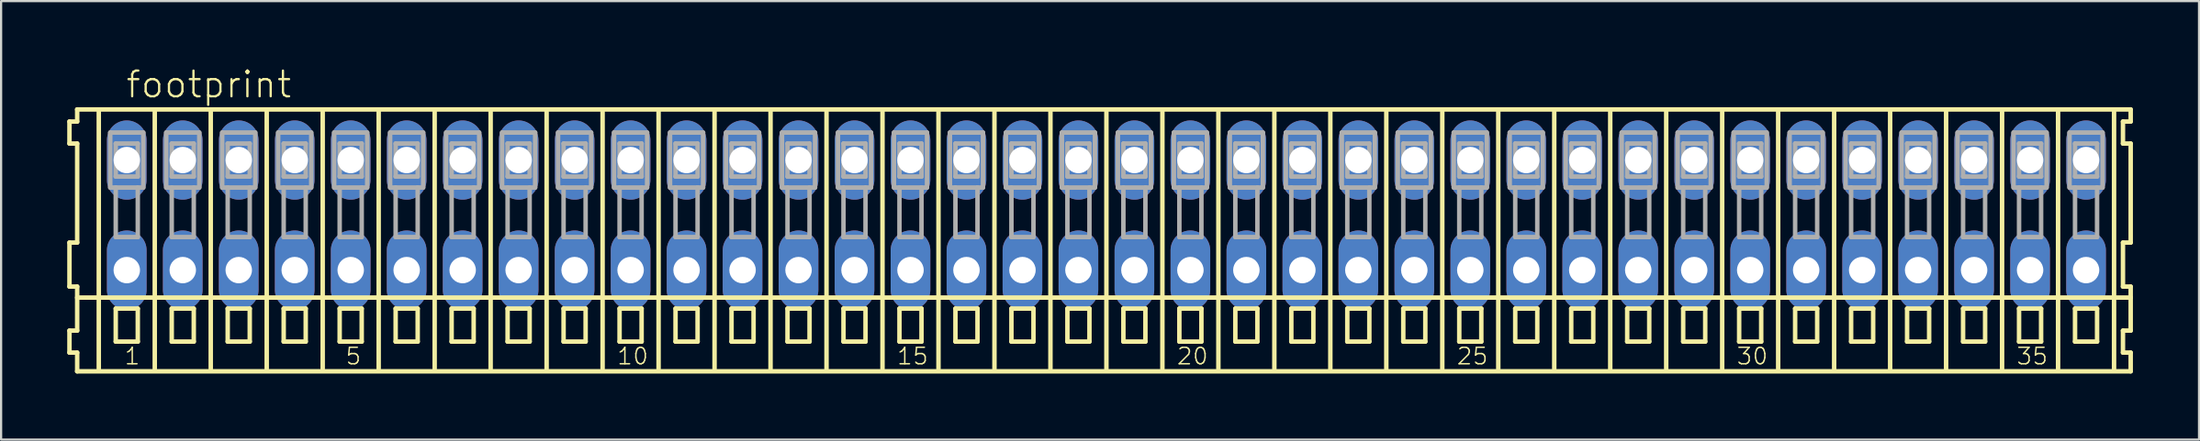
<source format=kicad_pcb>
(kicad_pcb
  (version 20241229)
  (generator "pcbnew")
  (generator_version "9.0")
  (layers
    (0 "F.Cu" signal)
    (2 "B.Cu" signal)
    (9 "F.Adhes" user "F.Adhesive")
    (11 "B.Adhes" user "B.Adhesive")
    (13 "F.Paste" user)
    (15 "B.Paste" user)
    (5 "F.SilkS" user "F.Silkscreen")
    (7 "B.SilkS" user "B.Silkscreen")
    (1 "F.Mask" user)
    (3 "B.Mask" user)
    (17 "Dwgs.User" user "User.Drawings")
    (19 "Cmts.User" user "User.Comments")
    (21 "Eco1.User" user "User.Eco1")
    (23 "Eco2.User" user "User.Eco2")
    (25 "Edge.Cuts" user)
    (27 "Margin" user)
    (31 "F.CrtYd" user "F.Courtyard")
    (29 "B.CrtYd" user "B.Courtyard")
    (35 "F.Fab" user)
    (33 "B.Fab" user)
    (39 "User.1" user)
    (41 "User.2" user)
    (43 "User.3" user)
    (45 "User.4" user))
  (footprint "footprint"
    (layer "F.Cu")
    (at 47.152 6.723)
    (property "Reference" "footprint" (at -44.55 -5.25 0) (layer "F.SilkS") (effects (font (size 1.168 1.168) (thickness 0.102)) (justify left bottom)))
    (fp_line (start -47.05 -4.25) (end -47.05 -3.25) (stroke (width 0.203) (type solid)) (layer "F.SilkS"))
    (fp_line (start -47.05 -3.25) (end -46.7 -3.25) (stroke (width 0.203) (type solid)) (layer "F.SilkS"))
    (fp_line (start -47.05 1.25) (end -47.05 3.25) (stroke (width 0.203) (type solid)) (layer "F.SilkS"))
    (fp_line (start -47.05 3.25) (end -46.7 3.25) (stroke (width 0.203) (type solid)) (layer "F.SilkS"))
    (fp_line (start -47.05 5.25) (end -47.05 6.25) (stroke (width 0.203) (type solid)) (layer "F.SilkS"))
    (fp_line (start -47.05 6.25) (end -46.7 6.25) (stroke (width 0.203) (type solid)) (layer "F.SilkS"))
    (fp_line (start -46.7 -4.8) (end -46.7 -4.25) (stroke (width 0.203) (type solid)) (layer "F.SilkS"))
    (fp_line (start -46.7 -4.25) (end -47.05 -4.25) (stroke (width 0.203) (type solid)) (layer "F.SilkS"))
    (fp_line (start -46.7 -3.25) (end -46.7 1.25) (stroke (width 0.203) (type solid)) (layer "F.SilkS"))
    (fp_line (start -46.7 1.25) (end -47.05 1.25) (stroke (width 0.203) (type solid)) (layer "F.SilkS"))
    (fp_line (start -46.7 3.25) (end -46.7 5.25) (stroke (width 0.203) (type solid)) (layer "F.SilkS"))
    (fp_line (start -46.7 3.75) (end 46.475 3.75) (stroke (width 0.203) (type solid)) (layer "F.SilkS"))
    (fp_line (start -46.7 5.25) (end -47.05 5.25) (stroke (width 0.203) (type solid)) (layer "F.SilkS"))
    (fp_line (start -46.7 6.25) (end -46.7 7.1) (stroke (width 0.203) (type solid)) (layer "F.SilkS"))
    (fp_line (start -46.7 7.1) (end 46.475 7.1) (stroke (width 0.203) (type solid)) (layer "F.SilkS"))
    (fp_line (start -45.72 6.985) (end -45.72 -4.699) (stroke (width 0.203) (type solid)) (layer "F.SilkS"))
    (fp_line (start -44.95 4.25) (end -44.95 5.75) (stroke (width 0.203) (type solid)) (layer "F.SilkS"))
    (fp_line (start -44.95 5.75) (end -43.95 5.75) (stroke (width 0.203) (type solid)) (layer "F.SilkS"))
    (fp_line (start -43.95 4.25) (end -44.95 4.25) (stroke (width 0.203) (type solid)) (layer "F.SilkS"))
    (fp_line (start -43.95 5.75) (end -43.95 4.25) (stroke (width 0.203) (type solid)) (layer "F.SilkS"))
    (fp_line (start -43.18 6.985) (end -43.18 -4.699) (stroke (width 0.203) (type solid)) (layer "F.SilkS"))
    (fp_line (start -42.41 4.25) (end -42.41 5.75) (stroke (width 0.203) (type solid)) (layer "F.SilkS"))
    (fp_line (start -42.41 5.75) (end -41.41 5.75) (stroke (width 0.203) (type solid)) (layer "F.SilkS"))
    (fp_line (start -41.41 4.25) (end -42.41 4.25) (stroke (width 0.203) (type solid)) (layer "F.SilkS"))
    (fp_line (start -41.41 5.75) (end -41.41 4.25) (stroke (width 0.203) (type solid)) (layer "F.SilkS"))
    (fp_line (start -40.64 6.985) (end -40.64 -4.699) (stroke (width 0.203) (type solid)) (layer "F.SilkS"))
    (fp_line (start -39.87 4.25) (end -39.87 5.75) (stroke (width 0.203) (type solid)) (layer "F.SilkS"))
    (fp_line (start -39.87 5.75) (end -38.87 5.75) (stroke (width 0.203) (type solid)) (layer "F.SilkS"))
    (fp_line (start -38.87 4.25) (end -39.87 4.25) (stroke (width 0.203) (type solid)) (layer "F.SilkS"))
    (fp_line (start -38.87 5.75) (end -38.87 4.25) (stroke (width 0.203) (type solid)) (layer "F.SilkS"))
    (fp_line (start -38.1 6.985) (end -38.1 -4.699) (stroke (width 0.203) (type solid)) (layer "F.SilkS"))
    (fp_line (start -37.33 4.25) (end -37.33 5.75) (stroke (width 0.203) (type solid)) (layer "F.SilkS"))
    (fp_line (start -37.33 5.75) (end -36.33 5.75) (stroke (width 0.203) (type solid)) (layer "F.SilkS"))
    (fp_line (start -36.33 4.25) (end -37.33 4.25) (stroke (width 0.203) (type solid)) (layer "F.SilkS"))
    (fp_line (start -36.33 5.75) (end -36.33 4.25) (stroke (width 0.203) (type solid)) (layer "F.SilkS"))
    (fp_line (start -35.56 6.985) (end -35.56 -4.699) (stroke (width 0.203) (type solid)) (layer "F.SilkS"))
    (fp_line (start -34.79 4.25) (end -34.79 5.75) (stroke (width 0.203) (type solid)) (layer "F.SilkS"))
    (fp_line (start -34.79 5.75) (end -33.79 5.75) (stroke (width 0.203) (type solid)) (layer "F.SilkS"))
    (fp_line (start -33.79 4.25) (end -34.79 4.25) (stroke (width 0.203) (type solid)) (layer "F.SilkS"))
    (fp_line (start -33.79 5.75) (end -33.79 4.25) (stroke (width 0.203) (type solid)) (layer "F.SilkS"))
    (fp_line (start -33.02 6.985) (end -33.02 -4.699) (stroke (width 0.203) (type solid)) (layer "F.SilkS"))
    (fp_line (start -32.25 4.25) (end -32.25 5.75) (stroke (width 0.203) (type solid)) (layer "F.SilkS"))
    (fp_line (start -32.25 5.75) (end -31.25 5.75) (stroke (width 0.203) (type solid)) (layer "F.SilkS"))
    (fp_line (start -31.25 4.25) (end -32.25 4.25) (stroke (width 0.203) (type solid)) (layer "F.SilkS"))
    (fp_line (start -31.25 5.75) (end -31.25 4.25) (stroke (width 0.203) (type solid)) (layer "F.SilkS"))
    (fp_line (start -30.48 6.985) (end -30.48 -4.699) (stroke (width 0.203) (type solid)) (layer "F.SilkS"))
    (fp_line (start -29.71 4.25) (end -29.71 5.75) (stroke (width 0.203) (type solid)) (layer "F.SilkS"))
    (fp_line (start -29.71 5.75) (end -28.71 5.75) (stroke (width 0.203) (type solid)) (layer "F.SilkS"))
    (fp_line (start -28.71 4.25) (end -29.71 4.25) (stroke (width 0.203) (type solid)) (layer "F.SilkS"))
    (fp_line (start -28.71 5.75) (end -28.71 4.25) (stroke (width 0.203) (type solid)) (layer "F.SilkS"))
    (fp_line (start -27.94 6.985) (end -27.94 -4.699) (stroke (width 0.203) (type solid)) (layer "F.SilkS"))
    (fp_line (start -27.17 4.25) (end -27.17 5.75) (stroke (width 0.203) (type solid)) (layer "F.SilkS"))
    (fp_line (start -27.17 5.75) (end -26.17 5.75) (stroke (width 0.203) (type solid)) (layer "F.SilkS"))
    (fp_line (start -26.17 4.25) (end -27.17 4.25) (stroke (width 0.203) (type solid)) (layer "F.SilkS"))
    (fp_line (start -26.17 5.75) (end -26.17 4.25) (stroke (width 0.203) (type solid)) (layer "F.SilkS"))
    (fp_line (start -25.4 6.985) (end -25.4 -4.699) (stroke (width 0.203) (type solid)) (layer "F.SilkS"))
    (fp_line (start -24.63 4.25) (end -24.63 5.75) (stroke (width 0.203) (type solid)) (layer "F.SilkS"))
    (fp_line (start -24.63 5.75) (end -23.63 5.75) (stroke (width 0.203) (type solid)) (layer "F.SilkS"))
    (fp_line (start -23.63 4.25) (end -24.63 4.25) (stroke (width 0.203) (type solid)) (layer "F.SilkS"))
    (fp_line (start -23.63 5.75) (end -23.63 4.25) (stroke (width 0.203) (type solid)) (layer "F.SilkS"))
    (fp_line (start -22.86 6.985) (end -22.86 -4.699) (stroke (width 0.203) (type solid)) (layer "F.SilkS"))
    (fp_line (start -22.09 4.25) (end -22.09 5.75) (stroke (width 0.203) (type solid)) (layer "F.SilkS"))
    (fp_line (start -22.09 5.75) (end -21.09 5.75) (stroke (width 0.203) (type solid)) (layer "F.SilkS"))
    (fp_line (start -21.09 4.25) (end -22.09 4.25) (stroke (width 0.203) (type solid)) (layer "F.SilkS"))
    (fp_line (start -21.09 5.75) (end -21.09 4.25) (stroke (width 0.203) (type solid)) (layer "F.SilkS"))
    (fp_line (start -20.32 6.985) (end -20.32 -4.699) (stroke (width 0.203) (type solid)) (layer "F.SilkS"))
    (fp_line (start -19.55 4.25) (end -19.55 5.75) (stroke (width 0.203) (type solid)) (layer "F.SilkS"))
    (fp_line (start -19.55 5.75) (end -18.55 5.75) (stroke (width 0.203) (type solid)) (layer "F.SilkS"))
    (fp_line (start -18.55 4.25) (end -19.55 4.25) (stroke (width 0.203) (type solid)) (layer "F.SilkS"))
    (fp_line (start -18.55 5.75) (end -18.55 4.25) (stroke (width 0.203) (type solid)) (layer "F.SilkS"))
    (fp_line (start -17.78 6.985) (end -17.78 -4.699) (stroke (width 0.203) (type solid)) (layer "F.SilkS"))
    (fp_line (start -17.01 4.25) (end -17.01 5.75) (stroke (width 0.203) (type solid)) (layer "F.SilkS"))
    (fp_line (start -17.01 5.75) (end -16.01 5.75) (stroke (width 0.203) (type solid)) (layer "F.SilkS"))
    (fp_line (start -16.01 4.25) (end -17.01 4.25) (stroke (width 0.203) (type solid)) (layer "F.SilkS"))
    (fp_line (start -16.01 5.75) (end -16.01 4.25) (stroke (width 0.203) (type solid)) (layer "F.SilkS"))
    (fp_line (start -15.24 6.985) (end -15.24 -4.699) (stroke (width 0.203) (type solid)) (layer "F.SilkS"))
    (fp_line (start -14.47 4.25) (end -14.47 5.75) (stroke (width 0.203) (type solid)) (layer "F.SilkS"))
    (fp_line (start -14.47 5.75) (end -13.47 5.75) (stroke (width 0.203) (type solid)) (layer "F.SilkS"))
    (fp_line (start -13.47 4.25) (end -14.47 4.25) (stroke (width 0.203) (type solid)) (layer "F.SilkS"))
    (fp_line (start -13.47 5.75) (end -13.47 4.25) (stroke (width 0.203) (type solid)) (layer "F.SilkS"))
    (fp_line (start -12.7 6.985) (end -12.7 -4.699) (stroke (width 0.203) (type solid)) (layer "F.SilkS"))
    (fp_line (start -11.93 4.25) (end -11.93 5.75) (stroke (width 0.203) (type solid)) (layer "F.SilkS"))
    (fp_line (start -11.93 5.75) (end -10.93 5.75) (stroke (width 0.203) (type solid)) (layer "F.SilkS"))
    (fp_line (start -10.93 4.25) (end -11.93 4.25) (stroke (width 0.203) (type solid)) (layer "F.SilkS"))
    (fp_line (start -10.93 5.75) (end -10.93 4.25) (stroke (width 0.203) (type solid)) (layer "F.SilkS"))
    (fp_line (start -10.16 6.985) (end -10.16 -4.699) (stroke (width 0.203) (type solid)) (layer "F.SilkS"))
    (fp_line (start -9.39 4.25) (end -9.39 5.75) (stroke (width 0.203) (type solid)) (layer "F.SilkS"))
    (fp_line (start -9.39 5.75) (end -8.39 5.75) (stroke (width 0.203) (type solid)) (layer "F.SilkS"))
    (fp_line (start -8.39 4.25) (end -9.39 4.25) (stroke (width 0.203) (type solid)) (layer "F.SilkS"))
    (fp_line (start -8.39 5.75) (end -8.39 4.25) (stroke (width 0.203) (type solid)) (layer "F.SilkS"))
    (fp_line (start -7.62 6.985) (end -7.62 -4.699) (stroke (width 0.203) (type solid)) (layer "F.SilkS"))
    (fp_line (start -6.85 4.25) (end -6.85 5.75) (stroke (width 0.203) (type solid)) (layer "F.SilkS"))
    (fp_line (start -6.85 5.75) (end -5.85 5.75) (stroke (width 0.203) (type solid)) (layer "F.SilkS"))
    (fp_line (start -5.85 4.25) (end -6.85 4.25) (stroke (width 0.203) (type solid)) (layer "F.SilkS"))
    (fp_line (start -5.85 5.75) (end -5.85 4.25) (stroke (width 0.203) (type solid)) (layer "F.SilkS"))
    (fp_line (start -5.08 6.985) (end -5.08 -4.699) (stroke (width 0.203) (type solid)) (layer "F.SilkS"))
    (fp_line (start -4.31 4.25) (end -4.31 5.75) (stroke (width 0.203) (type solid)) (layer "F.SilkS"))
    (fp_line (start -4.31 5.75) (end -3.31 5.75) (stroke (width 0.203) (type solid)) (layer "F.SilkS"))
    (fp_line (start -3.31 4.25) (end -4.31 4.25) (stroke (width 0.203) (type solid)) (layer "F.SilkS"))
    (fp_line (start -3.31 5.75) (end -3.31 4.25) (stroke (width 0.203) (type solid)) (layer "F.SilkS"))
    (fp_line (start -2.54 6.985) (end -2.54 -4.699) (stroke (width 0.203) (type solid)) (layer "F.SilkS"))
    (fp_line (start -1.77 4.25) (end -1.77 5.75) (stroke (width 0.203) (type solid)) (layer "F.SilkS"))
    (fp_line (start -1.77 5.75) (end -0.77 5.75) (stroke (width 0.203) (type solid)) (layer "F.SilkS"))
    (fp_line (start -0.77 4.25) (end -1.77 4.25) (stroke (width 0.203) (type solid)) (layer "F.SilkS"))
    (fp_line (start -0.77 5.75) (end -0.77 4.25) (stroke (width 0.203) (type solid)) (layer "F.SilkS"))
    (fp_line (start 0 6.985) (end 0 -4.699) (stroke (width 0.203) (type solid)) (layer "F.SilkS"))
    (fp_line (start 0.77 4.25) (end 0.77 5.75) (stroke (width 0.203) (type solid)) (layer "F.SilkS"))
    (fp_line (start 0.77 5.75) (end 1.77 5.75) (stroke (width 0.203) (type solid)) (layer "F.SilkS"))
    (fp_line (start 1.77 4.25) (end 0.77 4.25) (stroke (width 0.203) (type solid)) (layer "F.SilkS"))
    (fp_line (start 1.77 5.75) (end 1.77 4.25) (stroke (width 0.203) (type solid)) (layer "F.SilkS"))
    (fp_line (start 2.54 6.985) (end 2.54 -4.699) (stroke (width 0.203) (type solid)) (layer "F.SilkS"))
    (fp_line (start 3.31 4.25) (end 3.31 5.75) (stroke (width 0.203) (type solid)) (layer "F.SilkS"))
    (fp_line (start 3.31 5.75) (end 4.31 5.75) (stroke (width 0.203) (type solid)) (layer "F.SilkS"))
    (fp_line (start 4.31 4.25) (end 3.31 4.25) (stroke (width 0.203) (type solid)) (layer "F.SilkS"))
    (fp_line (start 4.31 5.75) (end 4.31 4.25) (stroke (width 0.203) (type solid)) (layer "F.SilkS"))
    (fp_line (start 5.08 6.985) (end 5.08 -4.699) (stroke (width 0.203) (type solid)) (layer "F.SilkS"))
    (fp_line (start 5.85 4.25) (end 5.85 5.75) (stroke (width 0.203) (type solid)) (layer "F.SilkS"))
    (fp_line (start 5.85 5.75) (end 6.85 5.75) (stroke (width 0.203) (type solid)) (layer "F.SilkS"))
    (fp_line (start 6.85 4.25) (end 5.85 4.25) (stroke (width 0.203) (type solid)) (layer "F.SilkS"))
    (fp_line (start 6.85 5.75) (end 6.85 4.25) (stroke (width 0.203) (type solid)) (layer "F.SilkS"))
    (fp_line (start 7.62 6.985) (end 7.62 -4.699) (stroke (width 0.203) (type solid)) (layer "F.SilkS"))
    (fp_line (start 8.39 4.25) (end 8.39 5.75) (stroke (width 0.203) (type solid)) (layer "F.SilkS"))
    (fp_line (start 8.39 5.75) (end 9.39 5.75) (stroke (width 0.203) (type solid)) (layer "F.SilkS"))
    (fp_line (start 9.39 4.25) (end 8.39 4.25) (stroke (width 0.203) (type solid)) (layer "F.SilkS"))
    (fp_line (start 9.39 5.75) (end 9.39 4.25) (stroke (width 0.203) (type solid)) (layer "F.SilkS"))
    (fp_line (start 10.16 6.985) (end 10.16 -4.699) (stroke (width 0.203) (type solid)) (layer "F.SilkS"))
    (fp_line (start 10.93 4.25) (end 10.93 5.75) (stroke (width 0.203) (type solid)) (layer "F.SilkS"))
    (fp_line (start 10.93 5.75) (end 11.93 5.75) (stroke (width 0.203) (type solid)) (layer "F.SilkS"))
    (fp_line (start 11.93 4.25) (end 10.93 4.25) (stroke (width 0.203) (type solid)) (layer "F.SilkS"))
    (fp_line (start 11.93 5.75) (end 11.93 4.25) (stroke (width 0.203) (type solid)) (layer "F.SilkS"))
    (fp_line (start 12.7 6.985) (end 12.7 -4.699) (stroke (width 0.203) (type solid)) (layer "F.SilkS"))
    (fp_line (start 13.47 4.25) (end 13.47 5.75) (stroke (width 0.203) (type solid)) (layer "F.SilkS"))
    (fp_line (start 13.47 5.75) (end 14.47 5.75) (stroke (width 0.203) (type solid)) (layer "F.SilkS"))
    (fp_line (start 14.47 4.25) (end 13.47 4.25) (stroke (width 0.203) (type solid)) (layer "F.SilkS"))
    (fp_line (start 14.47 5.75) (end 14.47 4.25) (stroke (width 0.203) (type solid)) (layer "F.SilkS"))
    (fp_line (start 15.24 6.985) (end 15.24 -4.699) (stroke (width 0.203) (type solid)) (layer "F.SilkS"))
    (fp_line (start 16.01 4.25) (end 16.01 5.75) (stroke (width 0.203) (type solid)) (layer "F.SilkS"))
    (fp_line (start 16.01 5.75) (end 17.01 5.75) (stroke (width 0.203) (type solid)) (layer "F.SilkS"))
    (fp_line (start 17.01 4.25) (end 16.01 4.25) (stroke (width 0.203) (type solid)) (layer "F.SilkS"))
    (fp_line (start 17.01 5.75) (end 17.01 4.25) (stroke (width 0.203) (type solid)) (layer "F.SilkS"))
    (fp_line (start 17.78 6.985) (end 17.78 -4.699) (stroke (width 0.203) (type solid)) (layer "F.SilkS"))
    (fp_line (start 18.55 4.25) (end 18.55 5.75) (stroke (width 0.203) (type solid)) (layer "F.SilkS"))
    (fp_line (start 18.55 5.75) (end 19.55 5.75) (stroke (width 0.203) (type solid)) (layer "F.SilkS"))
    (fp_line (start 19.55 4.25) (end 18.55 4.25) (stroke (width 0.203) (type solid)) (layer "F.SilkS"))
    (fp_line (start 19.55 5.75) (end 19.55 4.25) (stroke (width 0.203) (type solid)) (layer "F.SilkS"))
    (fp_line (start 20.32 6.985) (end 20.32 -4.699) (stroke (width 0.203) (type solid)) (layer "F.SilkS"))
    (fp_line (start 21.09 4.25) (end 21.09 5.75) (stroke (width 0.203) (type solid)) (layer "F.SilkS"))
    (fp_line (start 21.09 5.75) (end 22.09 5.75) (stroke (width 0.203) (type solid)) (layer "F.SilkS"))
    (fp_line (start 22.09 4.25) (end 21.09 4.25) (stroke (width 0.203) (type solid)) (layer "F.SilkS"))
    (fp_line (start 22.09 5.75) (end 22.09 4.25) (stroke (width 0.203) (type solid)) (layer "F.SilkS"))
    (fp_line (start 22.86 6.985) (end 22.86 -4.699) (stroke (width 0.203) (type solid)) (layer "F.SilkS"))
    (fp_line (start 23.63 4.25) (end 23.63 5.75) (stroke (width 0.203) (type solid)) (layer "F.SilkS"))
    (fp_line (start 23.63 5.75) (end 24.63 5.75) (stroke (width 0.203) (type solid)) (layer "F.SilkS"))
    (fp_line (start 24.63 4.25) (end 23.63 4.25) (stroke (width 0.203) (type solid)) (layer "F.SilkS"))
    (fp_line (start 24.63 5.75) (end 24.63 4.25) (stroke (width 0.203) (type solid)) (layer "F.SilkS"))
    (fp_line (start 25.4 6.985) (end 25.4 -4.699) (stroke (width 0.203) (type solid)) (layer "F.SilkS"))
    (fp_line (start 26.17 4.25) (end 26.17 5.75) (stroke (width 0.203) (type solid)) (layer "F.SilkS"))
    (fp_line (start 26.17 5.75) (end 27.17 5.75) (stroke (width 0.203) (type solid)) (layer "F.SilkS"))
    (fp_line (start 27.17 4.25) (end 26.17 4.25) (stroke (width 0.203) (type solid)) (layer "F.SilkS"))
    (fp_line (start 27.17 5.75) (end 27.17 4.25) (stroke (width 0.203) (type solid)) (layer "F.SilkS"))
    (fp_line (start 27.94 6.985) (end 27.94 -4.699) (stroke (width 0.203) (type solid)) (layer "F.SilkS"))
    (fp_line (start 28.71 4.25) (end 28.71 5.75) (stroke (width 0.203) (type solid)) (layer "F.SilkS"))
    (fp_line (start 28.71 5.75) (end 29.71 5.75) (stroke (width 0.203) (type solid)) (layer "F.SilkS"))
    (fp_line (start 29.71 4.25) (end 28.71 4.25) (stroke (width 0.203) (type solid)) (layer "F.SilkS"))
    (fp_line (start 29.71 5.75) (end 29.71 4.25) (stroke (width 0.203) (type solid)) (layer "F.SilkS"))
    (fp_line (start 30.48 6.985) (end 30.48 -4.699) (stroke (width 0.203) (type solid)) (layer "F.SilkS"))
    (fp_line (start 31.25 4.25) (end 31.25 5.75) (stroke (width 0.203) (type solid)) (layer "F.SilkS"))
    (fp_line (start 31.25 5.75) (end 32.25 5.75) (stroke (width 0.203) (type solid)) (layer "F.SilkS"))
    (fp_line (start 32.25 4.25) (end 31.25 4.25) (stroke (width 0.203) (type solid)) (layer "F.SilkS"))
    (fp_line (start 32.25 5.75) (end 32.25 4.25) (stroke (width 0.203) (type solid)) (layer "F.SilkS"))
    (fp_line (start 33.02 6.985) (end 33.02 -4.699) (stroke (width 0.203) (type solid)) (layer "F.SilkS"))
    (fp_line (start 33.79 4.25) (end 33.79 5.75) (stroke (width 0.203) (type solid)) (layer "F.SilkS"))
    (fp_line (start 33.79 5.75) (end 34.79 5.75) (stroke (width 0.203) (type solid)) (layer "F.SilkS"))
    (fp_line (start 34.79 4.25) (end 33.79 4.25) (stroke (width 0.203) (type solid)) (layer "F.SilkS"))
    (fp_line (start 34.79 5.75) (end 34.79 4.25) (stroke (width 0.203) (type solid)) (layer "F.SilkS"))
    (fp_line (start 35.56 6.985) (end 35.56 -4.699) (stroke (width 0.203) (type solid)) (layer "F.SilkS"))
    (fp_line (start 36.33 4.25) (end 36.33 5.75) (stroke (width 0.203) (type solid)) (layer "F.SilkS"))
    (fp_line (start 36.33 5.75) (end 37.33 5.75) (stroke (width 0.203) (type solid)) (layer "F.SilkS"))
    (fp_line (start 37.33 4.25) (end 36.33 4.25) (stroke (width 0.203) (type solid)) (layer "F.SilkS"))
    (fp_line (start 37.33 5.75) (end 37.33 4.25) (stroke (width 0.203) (type solid)) (layer "F.SilkS"))
    (fp_line (start 38.1 6.985) (end 38.1 -4.699) (stroke (width 0.203) (type solid)) (layer "F.SilkS"))
    (fp_line (start 38.87 4.25) (end 38.87 5.75) (stroke (width 0.203) (type solid)) (layer "F.SilkS"))
    (fp_line (start 38.87 5.75) (end 39.87 5.75) (stroke (width 0.203) (type solid)) (layer "F.SilkS"))
    (fp_line (start 39.87 4.25) (end 38.87 4.25) (stroke (width 0.203) (type solid)) (layer "F.SilkS"))
    (fp_line (start 39.87 5.75) (end 39.87 4.25) (stroke (width 0.203) (type solid)) (layer "F.SilkS"))
    (fp_line (start 40.64 6.985) (end 40.64 -4.699) (stroke (width 0.203) (type solid)) (layer "F.SilkS"))
    (fp_line (start 41.41 4.25) (end 41.41 5.75) (stroke (width 0.203) (type solid)) (layer "F.SilkS"))
    (fp_line (start 41.41 5.75) (end 42.41 5.75) (stroke (width 0.203) (type solid)) (layer "F.SilkS"))
    (fp_line (start 42.41 4.25) (end 41.41 4.25) (stroke (width 0.203) (type solid)) (layer "F.SilkS"))
    (fp_line (start 42.41 5.75) (end 42.41 4.25) (stroke (width 0.203) (type solid)) (layer "F.SilkS"))
    (fp_line (start 43.18 6.985) (end 43.18 -4.699) (stroke (width 0.203) (type solid)) (layer "F.SilkS"))
    (fp_line (start 43.95 4.25) (end 43.95 5.75) (stroke (width 0.203) (type solid)) (layer "F.SilkS"))
    (fp_line (start 43.95 5.75) (end 44.95 5.75) (stroke (width 0.203) (type solid)) (layer "F.SilkS"))
    (fp_line (start 44.95 4.25) (end 43.95 4.25) (stroke (width 0.203) (type solid)) (layer "F.SilkS"))
    (fp_line (start 44.95 5.75) (end 44.95 4.25) (stroke (width 0.203) (type solid)) (layer "F.SilkS"))
    (fp_line (start 45.72 6.985) (end 45.72 -4.699) (stroke (width 0.203) (type solid)) (layer "F.SilkS"))
    (fp_line (start 46.125 -4.25) (end 46.125 -3.25) (stroke (width 0.203) (type solid)) (layer "F.SilkS"))
    (fp_line (start 46.125 -3.25) (end 46.475 -3.25) (stroke (width 0.203) (type solid)) (layer "F.SilkS"))
    (fp_line (start 46.125 1.25) (end 46.125 3.25) (stroke (width 0.203) (type solid)) (layer "F.SilkS"))
    (fp_line (start 46.125 3.25) (end 46.475 3.25) (stroke (width 0.203) (type solid)) (layer "F.SilkS"))
    (fp_line (start 46.125 5.25) (end 46.125 6.25) (stroke (width 0.203) (type solid)) (layer "F.SilkS"))
    (fp_line (start 46.125 6.25) (end 46.475 6.25) (stroke (width 0.203) (type solid)) (layer "F.SilkS"))
    (fp_line (start 46.475 -4.8) (end -46.7 -4.8) (stroke (width 0.203) (type solid)) (layer "F.SilkS"))
    (fp_line (start 46.475 -4.25) (end 46.125 -4.25) (stroke (width 0.203) (type solid)) (layer "F.SilkS"))
    (fp_line (start 46.475 -4.25) (end 46.475 -4.8) (stroke (width 0.203) (type solid)) (layer "F.SilkS"))
    (fp_line (start 46.475 1.25) (end 46.125 1.25) (stroke (width 0.203) (type solid)) (layer "F.SilkS"))
    (fp_line (start 46.475 1.25) (end 46.475 -3.25) (stroke (width 0.203) (type solid)) (layer "F.SilkS"))
    (fp_line (start 46.475 3.75) (end 46.475 3.25) (stroke (width 0.203) (type solid)) (layer "F.SilkS"))
    (fp_line (start 46.475 5.25) (end 46.125 5.25) (stroke (width 0.203) (type solid)) (layer "F.SilkS"))
    (fp_line (start 46.475 5.25) (end 46.475 3.75) (stroke (width 0.203) (type solid)) (layer "F.SilkS"))
    (fp_line (start 46.475 7.1) (end 46.475 6.25) (stroke (width 0.203) (type solid)) (layer "F.SilkS"))
    (fp_line (start -45.2 -3.75) (end -45.2 -1.25) (stroke (width 0.203) (type solid)) (layer "F.Fab"))
    (fp_line (start -45.2 -1.25) (end -44.95 -1.25) (stroke (width 0.203) (type solid)) (layer "F.Fab"))
    (fp_line (start -44.95 -3.25) (end -44.95 -1.75) (stroke (width 0.203) (type solid)) (layer "F.Fab"))
    (fp_line (start -44.95 -1.75) (end -43.95 -1.75) (stroke (width 0.203) (type solid)) (layer "F.Fab"))
    (fp_line (start -44.95 -1.25) (end -44.95 1) (stroke (width 0.203) (type solid)) (layer "F.Fab"))
    (fp_line (start -44.95 -1.25) (end -43.95 -1.25) (stroke (width 0.203) (type solid)) (layer "F.Fab"))
    (fp_line (start -44.95 1) (end -43.95 1) (stroke (width 0.203) (type solid)) (layer "F.Fab"))
    (fp_line (start -43.95 -3.25) (end -44.95 -3.25) (stroke (width 0.203) (type solid)) (layer "F.Fab"))
    (fp_line (start -43.95 -1.75) (end -43.95 -3.25) (stroke (width 0.203) (type solid)) (layer "F.Fab"))
    (fp_line (start -43.95 -1.25) (end -43.7 -1.25) (stroke (width 0.203) (type solid)) (layer "F.Fab"))
    (fp_line (start -43.95 1) (end -43.95 -1.25) (stroke (width 0.203) (type solid)) (layer "F.Fab"))
    (fp_line (start -43.7 -3.75) (end -45.2 -3.75) (stroke (width 0.203) (type solid)) (layer "F.Fab"))
    (fp_line (start -43.7 -1.25) (end -43.7 -3.75) (stroke (width 0.203) (type solid)) (layer "F.Fab"))
    (fp_line (start -42.66 -3.75) (end -42.66 -1.25) (stroke (width 0.203) (type solid)) (layer "F.Fab"))
    (fp_line (start -42.66 -1.25) (end -42.41 -1.25) (stroke (width 0.203) (type solid)) (layer "F.Fab"))
    (fp_line (start -42.41 -3.25) (end -42.41 -1.75) (stroke (width 0.203) (type solid)) (layer "F.Fab"))
    (fp_line (start -42.41 -1.75) (end -41.41 -1.75) (stroke (width 0.203) (type solid)) (layer "F.Fab"))
    (fp_line (start -42.41 -1.25) (end -42.41 1) (stroke (width 0.203) (type solid)) (layer "F.Fab"))
    (fp_line (start -42.41 -1.25) (end -41.41 -1.25) (stroke (width 0.203) (type solid)) (layer "F.Fab"))
    (fp_line (start -42.41 1) (end -41.41 1) (stroke (width 0.203) (type solid)) (layer "F.Fab"))
    (fp_line (start -41.41 -3.25) (end -42.41 -3.25) (stroke (width 0.203) (type solid)) (layer "F.Fab"))
    (fp_line (start -41.41 -1.75) (end -41.41 -3.25) (stroke (width 0.203) (type solid)) (layer "F.Fab"))
    (fp_line (start -41.41 -1.25) (end -41.16 -1.25) (stroke (width 0.203) (type solid)) (layer "F.Fab"))
    (fp_line (start -41.41 1) (end -41.41 -1.25) (stroke (width 0.203) (type solid)) (layer "F.Fab"))
    (fp_line (start -41.16 -3.75) (end -42.66 -3.75) (stroke (width 0.203) (type solid)) (layer "F.Fab"))
    (fp_line (start -41.16 -1.25) (end -41.16 -3.75) (stroke (width 0.203) (type solid)) (layer "F.Fab"))
    (fp_line (start -40.12 -3.75) (end -40.12 -1.25) (stroke (width 0.203) (type solid)) (layer "F.Fab"))
    (fp_line (start -40.12 -1.25) (end -39.87 -1.25) (stroke (width 0.203) (type solid)) (layer "F.Fab"))
    (fp_line (start -39.87 -3.25) (end -39.87 -1.75) (stroke (width 0.203) (type solid)) (layer "F.Fab"))
    (fp_line (start -39.87 -1.75) (end -38.87 -1.75) (stroke (width 0.203) (type solid)) (layer "F.Fab"))
    (fp_line (start -39.87 -1.25) (end -39.87 1) (stroke (width 0.203) (type solid)) (layer "F.Fab"))
    (fp_line (start -39.87 -1.25) (end -38.87 -1.25) (stroke (width 0.203) (type solid)) (layer "F.Fab"))
    (fp_line (start -39.87 1) (end -38.87 1) (stroke (width 0.203) (type solid)) (layer "F.Fab"))
    (fp_line (start -38.87 -3.25) (end -39.87 -3.25) (stroke (width 0.203) (type solid)) (layer "F.Fab"))
    (fp_line (start -38.87 -1.75) (end -38.87 -3.25) (stroke (width 0.203) (type solid)) (layer "F.Fab"))
    (fp_line (start -38.87 -1.25) (end -38.62 -1.25) (stroke (width 0.203) (type solid)) (layer "F.Fab"))
    (fp_line (start -38.87 1) (end -38.87 -1.25) (stroke (width 0.203) (type solid)) (layer "F.Fab"))
    (fp_line (start -38.62 -3.75) (end -40.12 -3.75) (stroke (width 0.203) (type solid)) (layer "F.Fab"))
    (fp_line (start -38.62 -1.25) (end -38.62 -3.75) (stroke (width 0.203) (type solid)) (layer "F.Fab"))
    (fp_line (start -37.58 -3.75) (end -37.58 -1.25) (stroke (width 0.203) (type solid)) (layer "F.Fab"))
    (fp_line (start -37.58 -1.25) (end -37.33 -1.25) (stroke (width 0.203) (type solid)) (layer "F.Fab"))
    (fp_line (start -37.33 -3.25) (end -37.33 -1.75) (stroke (width 0.203) (type solid)) (layer "F.Fab"))
    (fp_line (start -37.33 -1.75) (end -36.33 -1.75) (stroke (width 0.203) (type solid)) (layer "F.Fab"))
    (fp_line (start -37.33 -1.25) (end -37.33 1) (stroke (width 0.203) (type solid)) (layer "F.Fab"))
    (fp_line (start -37.33 -1.25) (end -36.33 -1.25) (stroke (width 0.203) (type solid)) (layer "F.Fab"))
    (fp_line (start -37.33 1) (end -36.33 1) (stroke (width 0.203) (type solid)) (layer "F.Fab"))
    (fp_line (start -36.33 -3.25) (end -37.33 -3.25) (stroke (width 0.203) (type solid)) (layer "F.Fab"))
    (fp_line (start -36.33 -1.75) (end -36.33 -3.25) (stroke (width 0.203) (type solid)) (layer "F.Fab"))
    (fp_line (start -36.33 -1.25) (end -36.08 -1.25) (stroke (width 0.203) (type solid)) (layer "F.Fab"))
    (fp_line (start -36.33 1) (end -36.33 -1.25) (stroke (width 0.203) (type solid)) (layer "F.Fab"))
    (fp_line (start -36.08 -3.75) (end -37.58 -3.75) (stroke (width 0.203) (type solid)) (layer "F.Fab"))
    (fp_line (start -36.08 -1.25) (end -36.08 -3.75) (stroke (width 0.203) (type solid)) (layer "F.Fab"))
    (fp_line (start -35.04 -3.75) (end -35.04 -1.25) (stroke (width 0.203) (type solid)) (layer "F.Fab"))
    (fp_line (start -35.04 -1.25) (end -34.79 -1.25) (stroke (width 0.203) (type solid)) (layer "F.Fab"))
    (fp_line (start -34.79 -3.25) (end -34.79 -1.75) (stroke (width 0.203) (type solid)) (layer "F.Fab"))
    (fp_line (start -34.79 -1.75) (end -33.79 -1.75) (stroke (width 0.203) (type solid)) (layer "F.Fab"))
    (fp_line (start -34.79 -1.25) (end -34.79 1) (stroke (width 0.203) (type solid)) (layer "F.Fab"))
    (fp_line (start -34.79 -1.25) (end -33.79 -1.25) (stroke (width 0.203) (type solid)) (layer "F.Fab"))
    (fp_line (start -34.79 1) (end -33.79 1) (stroke (width 0.203) (type solid)) (layer "F.Fab"))
    (fp_line (start -33.79 -3.25) (end -34.79 -3.25) (stroke (width 0.203) (type solid)) (layer "F.Fab"))
    (fp_line (start -33.79 -1.75) (end -33.79 -3.25) (stroke (width 0.203) (type solid)) (layer "F.Fab"))
    (fp_line (start -33.79 -1.25) (end -33.54 -1.25) (stroke (width 0.203) (type solid)) (layer "F.Fab"))
    (fp_line (start -33.79 1) (end -33.79 -1.25) (stroke (width 0.203) (type solid)) (layer "F.Fab"))
    (fp_line (start -33.54 -3.75) (end -35.04 -3.75) (stroke (width 0.203) (type solid)) (layer "F.Fab"))
    (fp_line (start -33.54 -1.25) (end -33.54 -3.75) (stroke (width 0.203) (type solid)) (layer "F.Fab"))
    (fp_line (start -32.5 -3.75) (end -32.5 -1.25) (stroke (width 0.203) (type solid)) (layer "F.Fab"))
    (fp_line (start -32.5 -1.25) (end -32.25 -1.25) (stroke (width 0.203) (type solid)) (layer "F.Fab"))
    (fp_line (start -32.25 -3.25) (end -32.25 -1.75) (stroke (width 0.203) (type solid)) (layer "F.Fab"))
    (fp_line (start -32.25 -1.75) (end -31.25 -1.75) (stroke (width 0.203) (type solid)) (layer "F.Fab"))
    (fp_line (start -32.25 -1.25) (end -32.25 1) (stroke (width 0.203) (type solid)) (layer "F.Fab"))
    (fp_line (start -32.25 -1.25) (end -31.25 -1.25) (stroke (width 0.203) (type solid)) (layer "F.Fab"))
    (fp_line (start -32.25 1) (end -31.25 1) (stroke (width 0.203) (type solid)) (layer "F.Fab"))
    (fp_line (start -31.25 -3.25) (end -32.25 -3.25) (stroke (width 0.203) (type solid)) (layer "F.Fab"))
    (fp_line (start -31.25 -1.75) (end -31.25 -3.25) (stroke (width 0.203) (type solid)) (layer "F.Fab"))
    (fp_line (start -31.25 -1.25) (end -31 -1.25) (stroke (width 0.203) (type solid)) (layer "F.Fab"))
    (fp_line (start -31.25 1) (end -31.25 -1.25) (stroke (width 0.203) (type solid)) (layer "F.Fab"))
    (fp_line (start -31 -3.75) (end -32.5 -3.75) (stroke (width 0.203) (type solid)) (layer "F.Fab"))
    (fp_line (start -31 -1.25) (end -31 -3.75) (stroke (width 0.203) (type solid)) (layer "F.Fab"))
    (fp_line (start -29.96 -3.75) (end -29.96 -1.25) (stroke (width 0.203) (type solid)) (layer "F.Fab"))
    (fp_line (start -29.96 -1.25) (end -29.71 -1.25) (stroke (width 0.203) (type solid)) (layer "F.Fab"))
    (fp_line (start -29.71 -3.25) (end -29.71 -1.75) (stroke (width 0.203) (type solid)) (layer "F.Fab"))
    (fp_line (start -29.71 -1.75) (end -28.71 -1.75) (stroke (width 0.203) (type solid)) (layer "F.Fab"))
    (fp_line (start -29.71 -1.25) (end -29.71 1) (stroke (width 0.203) (type solid)) (layer "F.Fab"))
    (fp_line (start -29.71 -1.25) (end -28.71 -1.25) (stroke (width 0.203) (type solid)) (layer "F.Fab"))
    (fp_line (start -29.71 1) (end -28.71 1) (stroke (width 0.203) (type solid)) (layer "F.Fab"))
    (fp_line (start -28.71 -3.25) (end -29.71 -3.25) (stroke (width 0.203) (type solid)) (layer "F.Fab"))
    (fp_line (start -28.71 -1.75) (end -28.71 -3.25) (stroke (width 0.203) (type solid)) (layer "F.Fab"))
    (fp_line (start -28.71 -1.25) (end -28.46 -1.25) (stroke (width 0.203) (type solid)) (layer "F.Fab"))
    (fp_line (start -28.71 1) (end -28.71 -1.25) (stroke (width 0.203) (type solid)) (layer "F.Fab"))
    (fp_line (start -28.46 -3.75) (end -29.96 -3.75) (stroke (width 0.203) (type solid)) (layer "F.Fab"))
    (fp_line (start -28.46 -1.25) (end -28.46 -3.75) (stroke (width 0.203) (type solid)) (layer "F.Fab"))
    (fp_line (start -27.42 -3.75) (end -27.42 -1.25) (stroke (width 0.203) (type solid)) (layer "F.Fab"))
    (fp_line (start -27.42 -1.25) (end -27.17 -1.25) (stroke (width 0.203) (type solid)) (layer "F.Fab"))
    (fp_line (start -27.17 -3.25) (end -27.17 -1.75) (stroke (width 0.203) (type solid)) (layer "F.Fab"))
    (fp_line (start -27.17 -1.75) (end -26.17 -1.75) (stroke (width 0.203) (type solid)) (layer "F.Fab"))
    (fp_line (start -27.17 -1.25) (end -27.17 1) (stroke (width 0.203) (type solid)) (layer "F.Fab"))
    (fp_line (start -27.17 -1.25) (end -26.17 -1.25) (stroke (width 0.203) (type solid)) (layer "F.Fab"))
    (fp_line (start -27.17 1) (end -26.17 1) (stroke (width 0.203) (type solid)) (layer "F.Fab"))
    (fp_line (start -26.17 -3.25) (end -27.17 -3.25) (stroke (width 0.203) (type solid)) (layer "F.Fab"))
    (fp_line (start -26.17 -1.75) (end -26.17 -3.25) (stroke (width 0.203) (type solid)) (layer "F.Fab"))
    (fp_line (start -26.17 -1.25) (end -25.92 -1.25) (stroke (width 0.203) (type solid)) (layer "F.Fab"))
    (fp_line (start -26.17 1) (end -26.17 -1.25) (stroke (width 0.203) (type solid)) (layer "F.Fab"))
    (fp_line (start -25.92 -3.75) (end -27.42 -3.75) (stroke (width 0.203) (type solid)) (layer "F.Fab"))
    (fp_line (start -25.92 -1.25) (end -25.92 -3.75) (stroke (width 0.203) (type solid)) (layer "F.Fab"))
    (fp_line (start -24.88 -3.75) (end -24.88 -1.25) (stroke (width 0.203) (type solid)) (layer "F.Fab"))
    (fp_line (start -24.88 -1.25) (end -24.63 -1.25) (stroke (width 0.203) (type solid)) (layer "F.Fab"))
    (fp_line (start -24.63 -3.25) (end -24.63 -1.75) (stroke (width 0.203) (type solid)) (layer "F.Fab"))
    (fp_line (start -24.63 -1.75) (end -23.63 -1.75) (stroke (width 0.203) (type solid)) (layer "F.Fab"))
    (fp_line (start -24.63 -1.25) (end -24.63 1) (stroke (width 0.203) (type solid)) (layer "F.Fab"))
    (fp_line (start -24.63 -1.25) (end -23.63 -1.25) (stroke (width 0.203) (type solid)) (layer "F.Fab"))
    (fp_line (start -24.63 1) (end -23.63 1) (stroke (width 0.203) (type solid)) (layer "F.Fab"))
    (fp_line (start -23.63 -3.25) (end -24.63 -3.25) (stroke (width 0.203) (type solid)) (layer "F.Fab"))
    (fp_line (start -23.63 -1.75) (end -23.63 -3.25) (stroke (width 0.203) (type solid)) (layer "F.Fab"))
    (fp_line (start -23.63 -1.25) (end -23.38 -1.25) (stroke (width 0.203) (type solid)) (layer "F.Fab"))
    (fp_line (start -23.63 1) (end -23.63 -1.25) (stroke (width 0.203) (type solid)) (layer "F.Fab"))
    (fp_line (start -23.38 -3.75) (end -24.88 -3.75) (stroke (width 0.203) (type solid)) (layer "F.Fab"))
    (fp_line (start -23.38 -1.25) (end -23.38 -3.75) (stroke (width 0.203) (type solid)) (layer "F.Fab"))
    (fp_line (start -22.34 -3.75) (end -22.34 -1.25) (stroke (width 0.203) (type solid)) (layer "F.Fab"))
    (fp_line (start -22.34 -1.25) (end -22.09 -1.25) (stroke (width 0.203) (type solid)) (layer "F.Fab"))
    (fp_line (start -22.09 -3.25) (end -22.09 -1.75) (stroke (width 0.203) (type solid)) (layer "F.Fab"))
    (fp_line (start -22.09 -1.75) (end -21.09 -1.75) (stroke (width 0.203) (type solid)) (layer "F.Fab"))
    (fp_line (start -22.09 -1.25) (end -22.09 1) (stroke (width 0.203) (type solid)) (layer "F.Fab"))
    (fp_line (start -22.09 -1.25) (end -21.09 -1.25) (stroke (width 0.203) (type solid)) (layer "F.Fab"))
    (fp_line (start -22.09 1) (end -21.09 1) (stroke (width 0.203) (type solid)) (layer "F.Fab"))
    (fp_line (start -21.09 -3.25) (end -22.09 -3.25) (stroke (width 0.203) (type solid)) (layer "F.Fab"))
    (fp_line (start -21.09 -1.75) (end -21.09 -3.25) (stroke (width 0.203) (type solid)) (layer "F.Fab"))
    (fp_line (start -21.09 -1.25) (end -20.84 -1.25) (stroke (width 0.203) (type solid)) (layer "F.Fab"))
    (fp_line (start -21.09 1) (end -21.09 -1.25) (stroke (width 0.203) (type solid)) (layer "F.Fab"))
    (fp_line (start -20.84 -3.75) (end -22.34 -3.75) (stroke (width 0.203) (type solid)) (layer "F.Fab"))
    (fp_line (start -20.84 -1.25) (end -20.84 -3.75) (stroke (width 0.203) (type solid)) (layer "F.Fab"))
    (fp_line (start -19.8 -3.75) (end -19.8 -1.25) (stroke (width 0.203) (type solid)) (layer "F.Fab"))
    (fp_line (start -19.8 -1.25) (end -19.55 -1.25) (stroke (width 0.203) (type solid)) (layer "F.Fab"))
    (fp_line (start -19.55 -3.25) (end -19.55 -1.75) (stroke (width 0.203) (type solid)) (layer "F.Fab"))
    (fp_line (start -19.55 -1.75) (end -18.55 -1.75) (stroke (width 0.203) (type solid)) (layer "F.Fab"))
    (fp_line (start -19.55 -1.25) (end -19.55 1) (stroke (width 0.203) (type solid)) (layer "F.Fab"))
    (fp_line (start -19.55 -1.25) (end -18.55 -1.25) (stroke (width 0.203) (type solid)) (layer "F.Fab"))
    (fp_line (start -19.55 1) (end -18.55 1) (stroke (width 0.203) (type solid)) (layer "F.Fab"))
    (fp_line (start -18.55 -3.25) (end -19.55 -3.25) (stroke (width 0.203) (type solid)) (layer "F.Fab"))
    (fp_line (start -18.55 -1.75) (end -18.55 -3.25) (stroke (width 0.203) (type solid)) (layer "F.Fab"))
    (fp_line (start -18.55 -1.25) (end -18.3 -1.25) (stroke (width 0.203) (type solid)) (layer "F.Fab"))
    (fp_line (start -18.55 1) (end -18.55 -1.25) (stroke (width 0.203) (type solid)) (layer "F.Fab"))
    (fp_line (start -18.3 -3.75) (end -19.8 -3.75) (stroke (width 0.203) (type solid)) (layer "F.Fab"))
    (fp_line (start -18.3 -1.25) (end -18.3 -3.75) (stroke (width 0.203) (type solid)) (layer "F.Fab"))
    (fp_line (start -17.26 -3.75) (end -17.26 -1.25) (stroke (width 0.203) (type solid)) (layer "F.Fab"))
    (fp_line (start -17.26 -1.25) (end -17.01 -1.25) (stroke (width 0.203) (type solid)) (layer "F.Fab"))
    (fp_line (start -17.01 -3.25) (end -17.01 -1.75) (stroke (width 0.203) (type solid)) (layer "F.Fab"))
    (fp_line (start -17.01 -1.75) (end -16.01 -1.75) (stroke (width 0.203) (type solid)) (layer "F.Fab"))
    (fp_line (start -17.01 -1.25) (end -17.01 1) (stroke (width 0.203) (type solid)) (layer "F.Fab"))
    (fp_line (start -17.01 -1.25) (end -16.01 -1.25) (stroke (width 0.203) (type solid)) (layer "F.Fab"))
    (fp_line (start -17.01 1) (end -16.01 1) (stroke (width 0.203) (type solid)) (layer "F.Fab"))
    (fp_line (start -16.01 -3.25) (end -17.01 -3.25) (stroke (width 0.203) (type solid)) (layer "F.Fab"))
    (fp_line (start -16.01 -1.75) (end -16.01 -3.25) (stroke (width 0.203) (type solid)) (layer "F.Fab"))
    (fp_line (start -16.01 -1.25) (end -15.76 -1.25) (stroke (width 0.203) (type solid)) (layer "F.Fab"))
    (fp_line (start -16.01 1) (end -16.01 -1.25) (stroke (width 0.203) (type solid)) (layer "F.Fab"))
    (fp_line (start -15.76 -3.75) (end -17.26 -3.75) (stroke (width 0.203) (type solid)) (layer "F.Fab"))
    (fp_line (start -15.76 -1.25) (end -15.76 -3.75) (stroke (width 0.203) (type solid)) (layer "F.Fab"))
    (fp_line (start -14.72 -3.75) (end -14.72 -1.25) (stroke (width 0.203) (type solid)) (layer "F.Fab"))
    (fp_line (start -14.72 -1.25) (end -14.47 -1.25) (stroke (width 0.203) (type solid)) (layer "F.Fab"))
    (fp_line (start -14.47 -3.25) (end -14.47 -1.75) (stroke (width 0.203) (type solid)) (layer "F.Fab"))
    (fp_line (start -14.47 -1.75) (end -13.47 -1.75) (stroke (width 0.203) (type solid)) (layer "F.Fab"))
    (fp_line (start -14.47 -1.25) (end -14.47 1) (stroke (width 0.203) (type solid)) (layer "F.Fab"))
    (fp_line (start -14.47 -1.25) (end -13.47 -1.25) (stroke (width 0.203) (type solid)) (layer "F.Fab"))
    (fp_line (start -14.47 1) (end -13.47 1) (stroke (width 0.203) (type solid)) (layer "F.Fab"))
    (fp_line (start -13.47 -3.25) (end -14.47 -3.25) (stroke (width 0.203) (type solid)) (layer "F.Fab"))
    (fp_line (start -13.47 -1.75) (end -13.47 -3.25) (stroke (width 0.203) (type solid)) (layer "F.Fab"))
    (fp_line (start -13.47 -1.25) (end -13.22 -1.25) (stroke (width 0.203) (type solid)) (layer "F.Fab"))
    (fp_line (start -13.47 1) (end -13.47 -1.25) (stroke (width 0.203) (type solid)) (layer "F.Fab"))
    (fp_line (start -13.22 -3.75) (end -14.72 -3.75) (stroke (width 0.203) (type solid)) (layer "F.Fab"))
    (fp_line (start -13.22 -1.25) (end -13.22 -3.75) (stroke (width 0.203) (type solid)) (layer "F.Fab"))
    (fp_line (start -12.18 -3.75) (end -12.18 -1.25) (stroke (width 0.203) (type solid)) (layer "F.Fab"))
    (fp_line (start -12.18 -1.25) (end -11.93 -1.25) (stroke (width 0.203) (type solid)) (layer "F.Fab"))
    (fp_line (start -11.93 -3.25) (end -11.93 -1.75) (stroke (width 0.203) (type solid)) (layer "F.Fab"))
    (fp_line (start -11.93 -1.75) (end -10.93 -1.75) (stroke (width 0.203) (type solid)) (layer "F.Fab"))
    (fp_line (start -11.93 -1.25) (end -11.93 1) (stroke (width 0.203) (type solid)) (layer "F.Fab"))
    (fp_line (start -11.93 -1.25) (end -10.93 -1.25) (stroke (width 0.203) (type solid)) (layer "F.Fab"))
    (fp_line (start -11.93 1) (end -10.93 1) (stroke (width 0.203) (type solid)) (layer "F.Fab"))
    (fp_line (start -10.93 -3.25) (end -11.93 -3.25) (stroke (width 0.203) (type solid)) (layer "F.Fab"))
    (fp_line (start -10.93 -1.75) (end -10.93 -3.25) (stroke (width 0.203) (type solid)) (layer "F.Fab"))
    (fp_line (start -10.93 -1.25) (end -10.68 -1.25) (stroke (width 0.203) (type solid)) (layer "F.Fab"))
    (fp_line (start -10.93 1) (end -10.93 -1.25) (stroke (width 0.203) (type solid)) (layer "F.Fab"))
    (fp_line (start -10.68 -3.75) (end -12.18 -3.75) (stroke (width 0.203) (type solid)) (layer "F.Fab"))
    (fp_line (start -10.68 -1.25) (end -10.68 -3.75) (stroke (width 0.203) (type solid)) (layer "F.Fab"))
    (fp_line (start -9.64 -3.75) (end -9.64 -1.25) (stroke (width 0.203) (type solid)) (layer "F.Fab"))
    (fp_line (start -9.64 -1.25) (end -9.39 -1.25) (stroke (width 0.203) (type solid)) (layer "F.Fab"))
    (fp_line (start -9.39 -3.25) (end -9.39 -1.75) (stroke (width 0.203) (type solid)) (layer "F.Fab"))
    (fp_line (start -9.39 -1.75) (end -8.39 -1.75) (stroke (width 0.203) (type solid)) (layer "F.Fab"))
    (fp_line (start -9.39 -1.25) (end -9.39 1) (stroke (width 0.203) (type solid)) (layer "F.Fab"))
    (fp_line (start -9.39 -1.25) (end -8.39 -1.25) (stroke (width 0.203) (type solid)) (layer "F.Fab"))
    (fp_line (start -9.39 1) (end -8.39 1) (stroke (width 0.203) (type solid)) (layer "F.Fab"))
    (fp_line (start -8.39 -3.25) (end -9.39 -3.25) (stroke (width 0.203) (type solid)) (layer "F.Fab"))
    (fp_line (start -8.39 -1.75) (end -8.39 -3.25) (stroke (width 0.203) (type solid)) (layer "F.Fab"))
    (fp_line (start -8.39 -1.25) (end -8.14 -1.25) (stroke (width 0.203) (type solid)) (layer "F.Fab"))
    (fp_line (start -8.39 1) (end -8.39 -1.25) (stroke (width 0.203) (type solid)) (layer "F.Fab"))
    (fp_line (start -8.14 -3.75) (end -9.64 -3.75) (stroke (width 0.203) (type solid)) (layer "F.Fab"))
    (fp_line (start -8.14 -1.25) (end -8.14 -3.75) (stroke (width 0.203) (type solid)) (layer "F.Fab"))
    (fp_line (start -7.1 -3.75) (end -7.1 -1.25) (stroke (width 0.203) (type solid)) (layer "F.Fab"))
    (fp_line (start -7.1 -1.25) (end -6.85 -1.25) (stroke (width 0.203) (type solid)) (layer "F.Fab"))
    (fp_line (start -6.85 -3.25) (end -6.85 -1.75) (stroke (width 0.203) (type solid)) (layer "F.Fab"))
    (fp_line (start -6.85 -1.75) (end -5.85 -1.75) (stroke (width 0.203) (type solid)) (layer "F.Fab"))
    (fp_line (start -6.85 -1.25) (end -6.85 1) (stroke (width 0.203) (type solid)) (layer "F.Fab"))
    (fp_line (start -6.85 -1.25) (end -5.85 -1.25) (stroke (width 0.203) (type solid)) (layer "F.Fab"))
    (fp_line (start -6.85 1) (end -5.85 1) (stroke (width 0.203) (type solid)) (layer "F.Fab"))
    (fp_line (start -5.85 -3.25) (end -6.85 -3.25) (stroke (width 0.203) (type solid)) (layer "F.Fab"))
    (fp_line (start -5.85 -1.75) (end -5.85 -3.25) (stroke (width 0.203) (type solid)) (layer "F.Fab"))
    (fp_line (start -5.85 -1.25) (end -5.6 -1.25) (stroke (width 0.203) (type solid)) (layer "F.Fab"))
    (fp_line (start -5.85 1) (end -5.85 -1.25) (stroke (width 0.203) (type solid)) (layer "F.Fab"))
    (fp_line (start -5.6 -3.75) (end -7.1 -3.75) (stroke (width 0.203) (type solid)) (layer "F.Fab"))
    (fp_line (start -5.6 -1.25) (end -5.6 -3.75) (stroke (width 0.203) (type solid)) (layer "F.Fab"))
    (fp_line (start -4.56 -3.75) (end -4.56 -1.25) (stroke (width 0.203) (type solid)) (layer "F.Fab"))
    (fp_line (start -4.56 -1.25) (end -4.31 -1.25) (stroke (width 0.203) (type solid)) (layer "F.Fab"))
    (fp_line (start -4.31 -3.25) (end -4.31 -1.75) (stroke (width 0.203) (type solid)) (layer "F.Fab"))
    (fp_line (start -4.31 -1.75) (end -3.31 -1.75) (stroke (width 0.203) (type solid)) (layer "F.Fab"))
    (fp_line (start -4.31 -1.25) (end -4.31 1) (stroke (width 0.203) (type solid)) (layer "F.Fab"))
    (fp_line (start -4.31 -1.25) (end -3.31 -1.25) (stroke (width 0.203) (type solid)) (layer "F.Fab"))
    (fp_line (start -4.31 1) (end -3.31 1) (stroke (width 0.203) (type solid)) (layer "F.Fab"))
    (fp_line (start -3.31 -3.25) (end -4.31 -3.25) (stroke (width 0.203) (type solid)) (layer "F.Fab"))
    (fp_line (start -3.31 -1.75) (end -3.31 -3.25) (stroke (width 0.203) (type solid)) (layer "F.Fab"))
    (fp_line (start -3.31 -1.25) (end -3.06 -1.25) (stroke (width 0.203) (type solid)) (layer "F.Fab"))
    (fp_line (start -3.31 1) (end -3.31 -1.25) (stroke (width 0.203) (type solid)) (layer "F.Fab"))
    (fp_line (start -3.06 -3.75) (end -4.56 -3.75) (stroke (width 0.203) (type solid)) (layer "F.Fab"))
    (fp_line (start -3.06 -1.25) (end -3.06 -3.75) (stroke (width 0.203) (type solid)) (layer "F.Fab"))
    (fp_line (start -2.02 -3.75) (end -2.02 -1.25) (stroke (width 0.203) (type solid)) (layer "F.Fab"))
    (fp_line (start -2.02 -1.25) (end -1.77 -1.25) (stroke (width 0.203) (type solid)) (layer "F.Fab"))
    (fp_line (start -1.77 -3.25) (end -1.77 -1.75) (stroke (width 0.203) (type solid)) (layer "F.Fab"))
    (fp_line (start -1.77 -1.75) (end -0.77 -1.75) (stroke (width 0.203) (type solid)) (layer "F.Fab"))
    (fp_line (start -1.77 -1.25) (end -1.77 1) (stroke (width 0.203) (type solid)) (layer "F.Fab"))
    (fp_line (start -1.77 -1.25) (end -0.77 -1.25) (stroke (width 0.203) (type solid)) (layer "F.Fab"))
    (fp_line (start -1.77 1) (end -0.77 1) (stroke (width 0.203) (type solid)) (layer "F.Fab"))
    (fp_line (start -0.77 -3.25) (end -1.77 -3.25) (stroke (width 0.203) (type solid)) (layer "F.Fab"))
    (fp_line (start -0.77 -1.75) (end -0.77 -3.25) (stroke (width 0.203) (type solid)) (layer "F.Fab"))
    (fp_line (start -0.77 -1.25) (end -0.52 -1.25) (stroke (width 0.203) (type solid)) (layer "F.Fab"))
    (fp_line (start -0.77 1) (end -0.77 -1.25) (stroke (width 0.203) (type solid)) (layer "F.Fab"))
    (fp_line (start -0.52 -3.75) (end -2.02 -3.75) (stroke (width 0.203) (type solid)) (layer "F.Fab"))
    (fp_line (start -0.52 -1.25) (end -0.52 -3.75) (stroke (width 0.203) (type solid)) (layer "F.Fab"))
    (fp_line (start 0.52 -3.75) (end 0.52 -1.25) (stroke (width 0.203) (type solid)) (layer "F.Fab"))
    (fp_line (start 0.52 -1.25) (end 0.77 -1.25) (stroke (width 0.203) (type solid)) (layer "F.Fab"))
    (fp_line (start 0.77 -3.25) (end 0.77 -1.75) (stroke (width 0.203) (type solid)) (layer "F.Fab"))
    (fp_line (start 0.77 -1.75) (end 1.77 -1.75) (stroke (width 0.203) (type solid)) (layer "F.Fab"))
    (fp_line (start 0.77 -1.25) (end 0.77 1) (stroke (width 0.203) (type solid)) (layer "F.Fab"))
    (fp_line (start 0.77 -1.25) (end 1.77 -1.25) (stroke (width 0.203) (type solid)) (layer "F.Fab"))
    (fp_line (start 0.77 1) (end 1.77 1) (stroke (width 0.203) (type solid)) (layer "F.Fab"))
    (fp_line (start 1.77 -3.25) (end 0.77 -3.25) (stroke (width 0.203) (type solid)) (layer "F.Fab"))
    (fp_line (start 1.77 -1.75) (end 1.77 -3.25) (stroke (width 0.203) (type solid)) (layer "F.Fab"))
    (fp_line (start 1.77 -1.25) (end 2.02 -1.25) (stroke (width 0.203) (type solid)) (layer "F.Fab"))
    (fp_line (start 1.77 1) (end 1.77 -1.25) (stroke (width 0.203) (type solid)) (layer "F.Fab"))
    (fp_line (start 2.02 -3.75) (end 0.52 -3.75) (stroke (width 0.203) (type solid)) (layer "F.Fab"))
    (fp_line (start 2.02 -1.25) (end 2.02 -3.75) (stroke (width 0.203) (type solid)) (layer "F.Fab"))
    (fp_line (start 3.06 -3.75) (end 3.06 -1.25) (stroke (width 0.203) (type solid)) (layer "F.Fab"))
    (fp_line (start 3.06 -1.25) (end 3.31 -1.25) (stroke (width 0.203) (type solid)) (layer "F.Fab"))
    (fp_line (start 3.31 -3.25) (end 3.31 -1.75) (stroke (width 0.203) (type solid)) (layer "F.Fab"))
    (fp_line (start 3.31 -1.75) (end 4.31 -1.75) (stroke (width 0.203) (type solid)) (layer "F.Fab"))
    (fp_line (start 3.31 -1.25) (end 3.31 1) (stroke (width 0.203) (type solid)) (layer "F.Fab"))
    (fp_line (start 3.31 -1.25) (end 4.31 -1.25) (stroke (width 0.203) (type solid)) (layer "F.Fab"))
    (fp_line (start 3.31 1) (end 4.31 1) (stroke (width 0.203) (type solid)) (layer "F.Fab"))
    (fp_line (start 4.31 -3.25) (end 3.31 -3.25) (stroke (width 0.203) (type solid)) (layer "F.Fab"))
    (fp_line (start 4.31 -1.75) (end 4.31 -3.25) (stroke (width 0.203) (type solid)) (layer "F.Fab"))
    (fp_line (start 4.31 -1.25) (end 4.56 -1.25) (stroke (width 0.203) (type solid)) (layer "F.Fab"))
    (fp_line (start 4.31 1) (end 4.31 -1.25) (stroke (width 0.203) (type solid)) (layer "F.Fab"))
    (fp_line (start 4.56 -3.75) (end 3.06 -3.75) (stroke (width 0.203) (type solid)) (layer "F.Fab"))
    (fp_line (start 4.56 -1.25) (end 4.56 -3.75) (stroke (width 0.203) (type solid)) (layer "F.Fab"))
    (fp_line (start 5.6 -3.75) (end 5.6 -1.25) (stroke (width 0.203) (type solid)) (layer "F.Fab"))
    (fp_line (start 5.6 -1.25) (end 5.85 -1.25) (stroke (width 0.203) (type solid)) (layer "F.Fab"))
    (fp_line (start 5.85 -3.25) (end 5.85 -1.75) (stroke (width 0.203) (type solid)) (layer "F.Fab"))
    (fp_line (start 5.85 -1.75) (end 6.85 -1.75) (stroke (width 0.203) (type solid)) (layer "F.Fab"))
    (fp_line (start 5.85 -1.25) (end 5.85 1) (stroke (width 0.203) (type solid)) (layer "F.Fab"))
    (fp_line (start 5.85 -1.25) (end 6.85 -1.25) (stroke (width 0.203) (type solid)) (layer "F.Fab"))
    (fp_line (start 5.85 1) (end 6.85 1) (stroke (width 0.203) (type solid)) (layer "F.Fab"))
    (fp_line (start 6.85 -3.25) (end 5.85 -3.25) (stroke (width 0.203) (type solid)) (layer "F.Fab"))
    (fp_line (start 6.85 -1.75) (end 6.85 -3.25) (stroke (width 0.203) (type solid)) (layer "F.Fab"))
    (fp_line (start 6.85 -1.25) (end 7.1 -1.25) (stroke (width 0.203) (type solid)) (layer "F.Fab"))
    (fp_line (start 6.85 1) (end 6.85 -1.25) (stroke (width 0.203) (type solid)) (layer "F.Fab"))
    (fp_line (start 7.1 -3.75) (end 5.6 -3.75) (stroke (width 0.203) (type solid)) (layer "F.Fab"))
    (fp_line (start 7.1 -1.25) (end 7.1 -3.75) (stroke (width 0.203) (type solid)) (layer "F.Fab"))
    (fp_line (start 8.14 -3.75) (end 8.14 -1.25) (stroke (width 0.203) (type solid)) (layer "F.Fab"))
    (fp_line (start 8.14 -1.25) (end 8.39 -1.25) (stroke (width 0.203) (type solid)) (layer "F.Fab"))
    (fp_line (start 8.39 -3.25) (end 8.39 -1.75) (stroke (width 0.203) (type solid)) (layer "F.Fab"))
    (fp_line (start 8.39 -1.75) (end 9.39 -1.75) (stroke (width 0.203) (type solid)) (layer "F.Fab"))
    (fp_line (start 8.39 -1.25) (end 8.39 1) (stroke (width 0.203) (type solid)) (layer "F.Fab"))
    (fp_line (start 8.39 -1.25) (end 9.39 -1.25) (stroke (width 0.203) (type solid)) (layer "F.Fab"))
    (fp_line (start 8.39 1) (end 9.39 1) (stroke (width 0.203) (type solid)) (layer "F.Fab"))
    (fp_line (start 9.39 -3.25) (end 8.39 -3.25) (stroke (width 0.203) (type solid)) (layer "F.Fab"))
    (fp_line (start 9.39 -1.75) (end 9.39 -3.25) (stroke (width 0.203) (type solid)) (layer "F.Fab"))
    (fp_line (start 9.39 -1.25) (end 9.64 -1.25) (stroke (width 0.203) (type solid)) (layer "F.Fab"))
    (fp_line (start 9.39 1) (end 9.39 -1.25) (stroke (width 0.203) (type solid)) (layer "F.Fab"))
    (fp_line (start 9.64 -3.75) (end 8.14 -3.75) (stroke (width 0.203) (type solid)) (layer "F.Fab"))
    (fp_line (start 9.64 -1.25) (end 9.64 -3.75) (stroke (width 0.203) (type solid)) (layer "F.Fab"))
    (fp_line (start 10.68 -3.75) (end 10.68 -1.25) (stroke (width 0.203) (type solid)) (layer "F.Fab"))
    (fp_line (start 10.68 -1.25) (end 10.93 -1.25) (stroke (width 0.203) (type solid)) (layer "F.Fab"))
    (fp_line (start 10.93 -3.25) (end 10.93 -1.75) (stroke (width 0.203) (type solid)) (layer "F.Fab"))
    (fp_line (start 10.93 -1.75) (end 11.93 -1.75) (stroke (width 0.203) (type solid)) (layer "F.Fab"))
    (fp_line (start 10.93 -1.25) (end 10.93 1) (stroke (width 0.203) (type solid)) (layer "F.Fab"))
    (fp_line (start 10.93 -1.25) (end 11.93 -1.25) (stroke (width 0.203) (type solid)) (layer "F.Fab"))
    (fp_line (start 10.93 1) (end 11.93 1) (stroke (width 0.203) (type solid)) (layer "F.Fab"))
    (fp_line (start 11.93 -3.25) (end 10.93 -3.25) (stroke (width 0.203) (type solid)) (layer "F.Fab"))
    (fp_line (start 11.93 -1.75) (end 11.93 -3.25) (stroke (width 0.203) (type solid)) (layer "F.Fab"))
    (fp_line (start 11.93 -1.25) (end 12.18 -1.25) (stroke (width 0.203) (type solid)) (layer "F.Fab"))
    (fp_line (start 11.93 1) (end 11.93 -1.25) (stroke (width 0.203) (type solid)) (layer "F.Fab"))
    (fp_line (start 12.18 -3.75) (end 10.68 -3.75) (stroke (width 0.203) (type solid)) (layer "F.Fab"))
    (fp_line (start 12.18 -1.25) (end 12.18 -3.75) (stroke (width 0.203) (type solid)) (layer "F.Fab"))
    (fp_line (start 13.22 -3.75) (end 13.22 -1.25) (stroke (width 0.203) (type solid)) (layer "F.Fab"))
    (fp_line (start 13.22 -1.25) (end 13.47 -1.25) (stroke (width 0.203) (type solid)) (layer "F.Fab"))
    (fp_line (start 13.47 -3.25) (end 13.47 -1.75) (stroke (width 0.203) (type solid)) (layer "F.Fab"))
    (fp_line (start 13.47 -1.75) (end 14.47 -1.75) (stroke (width 0.203) (type solid)) (layer "F.Fab"))
    (fp_line (start 13.47 -1.25) (end 13.47 1) (stroke (width 0.203) (type solid)) (layer "F.Fab"))
    (fp_line (start 13.47 -1.25) (end 14.47 -1.25) (stroke (width 0.203) (type solid)) (layer "F.Fab"))
    (fp_line (start 13.47 1) (end 14.47 1) (stroke (width 0.203) (type solid)) (layer "F.Fab"))
    (fp_line (start 14.47 -3.25) (end 13.47 -3.25) (stroke (width 0.203) (type solid)) (layer "F.Fab"))
    (fp_line (start 14.47 -1.75) (end 14.47 -3.25) (stroke (width 0.203) (type solid)) (layer "F.Fab"))
    (fp_line (start 14.47 -1.25) (end 14.72 -1.25) (stroke (width 0.203) (type solid)) (layer "F.Fab"))
    (fp_line (start 14.47 1) (end 14.47 -1.25) (stroke (width 0.203) (type solid)) (layer "F.Fab"))
    (fp_line (start 14.72 -3.75) (end 13.22 -3.75) (stroke (width 0.203) (type solid)) (layer "F.Fab"))
    (fp_line (start 14.72 -1.25) (end 14.72 -3.75) (stroke (width 0.203) (type solid)) (layer "F.Fab"))
    (fp_line (start 15.76 -3.75) (end 15.76 -1.25) (stroke (width 0.203) (type solid)) (layer "F.Fab"))
    (fp_line (start 15.76 -1.25) (end 16.01 -1.25) (stroke (width 0.203) (type solid)) (layer "F.Fab"))
    (fp_line (start 16.01 -3.25) (end 16.01 -1.75) (stroke (width 0.203) (type solid)) (layer "F.Fab"))
    (fp_line (start 16.01 -1.75) (end 17.01 -1.75) (stroke (width 0.203) (type solid)) (layer "F.Fab"))
    (fp_line (start 16.01 -1.25) (end 16.01 1) (stroke (width 0.203) (type solid)) (layer "F.Fab"))
    (fp_line (start 16.01 -1.25) (end 17.01 -1.25) (stroke (width 0.203) (type solid)) (layer "F.Fab"))
    (fp_line (start 16.01 1) (end 17.01 1) (stroke (width 0.203) (type solid)) (layer "F.Fab"))
    (fp_line (start 17.01 -3.25) (end 16.01 -3.25) (stroke (width 0.203) (type solid)) (layer "F.Fab"))
    (fp_line (start 17.01 -1.75) (end 17.01 -3.25) (stroke (width 0.203) (type solid)) (layer "F.Fab"))
    (fp_line (start 17.01 -1.25) (end 17.26 -1.25) (stroke (width 0.203) (type solid)) (layer "F.Fab"))
    (fp_line (start 17.01 1) (end 17.01 -1.25) (stroke (width 0.203) (type solid)) (layer "F.Fab"))
    (fp_line (start 17.26 -3.75) (end 15.76 -3.75) (stroke (width 0.203) (type solid)) (layer "F.Fab"))
    (fp_line (start 17.26 -1.25) (end 17.26 -3.75) (stroke (width 0.203) (type solid)) (layer "F.Fab"))
    (fp_line (start 18.3 -3.75) (end 18.3 -1.25) (stroke (width 0.203) (type solid)) (layer "F.Fab"))
    (fp_line (start 18.3 -1.25) (end 18.55 -1.25) (stroke (width 0.203) (type solid)) (layer "F.Fab"))
    (fp_line (start 18.55 -3.25) (end 18.55 -1.75) (stroke (width 0.203) (type solid)) (layer "F.Fab"))
    (fp_line (start 18.55 -1.75) (end 19.55 -1.75) (stroke (width 0.203) (type solid)) (layer "F.Fab"))
    (fp_line (start 18.55 -1.25) (end 18.55 1) (stroke (width 0.203) (type solid)) (layer "F.Fab"))
    (fp_line (start 18.55 -1.25) (end 19.55 -1.25) (stroke (width 0.203) (type solid)) (layer "F.Fab"))
    (fp_line (start 18.55 1) (end 19.55 1) (stroke (width 0.203) (type solid)) (layer "F.Fab"))
    (fp_line (start 19.55 -3.25) (end 18.55 -3.25) (stroke (width 0.203) (type solid)) (layer "F.Fab"))
    (fp_line (start 19.55 -1.75) (end 19.55 -3.25) (stroke (width 0.203) (type solid)) (layer "F.Fab"))
    (fp_line (start 19.55 -1.25) (end 19.8 -1.25) (stroke (width 0.203) (type solid)) (layer "F.Fab"))
    (fp_line (start 19.55 1) (end 19.55 -1.25) (stroke (width 0.203) (type solid)) (layer "F.Fab"))
    (fp_line (start 19.8 -3.75) (end 18.3 -3.75) (stroke (width 0.203) (type solid)) (layer "F.Fab"))
    (fp_line (start 19.8 -1.25) (end 19.8 -3.75) (stroke (width 0.203) (type solid)) (layer "F.Fab"))
    (fp_line (start 20.84 -3.75) (end 20.84 -1.25) (stroke (width 0.203) (type solid)) (layer "F.Fab"))
    (fp_line (start 20.84 -1.25) (end 21.09 -1.25) (stroke (width 0.203) (type solid)) (layer "F.Fab"))
    (fp_line (start 21.09 -3.25) (end 21.09 -1.75) (stroke (width 0.203) (type solid)) (layer "F.Fab"))
    (fp_line (start 21.09 -1.75) (end 22.09 -1.75) (stroke (width 0.203) (type solid)) (layer "F.Fab"))
    (fp_line (start 21.09 -1.25) (end 21.09 1) (stroke (width 0.203) (type solid)) (layer "F.Fab"))
    (fp_line (start 21.09 -1.25) (end 22.09 -1.25) (stroke (width 0.203) (type solid)) (layer "F.Fab"))
    (fp_line (start 21.09 1) (end 22.09 1) (stroke (width 0.203) (type solid)) (layer "F.Fab"))
    (fp_line (start 22.09 -3.25) (end 21.09 -3.25) (stroke (width 0.203) (type solid)) (layer "F.Fab"))
    (fp_line (start 22.09 -1.75) (end 22.09 -3.25) (stroke (width 0.203) (type solid)) (layer "F.Fab"))
    (fp_line (start 22.09 -1.25) (end 22.34 -1.25) (stroke (width 0.203) (type solid)) (layer "F.Fab"))
    (fp_line (start 22.09 1) (end 22.09 -1.25) (stroke (width 0.203) (type solid)) (layer "F.Fab"))
    (fp_line (start 22.34 -3.75) (end 20.84 -3.75) (stroke (width 0.203) (type solid)) (layer "F.Fab"))
    (fp_line (start 22.34 -1.25) (end 22.34 -3.75) (stroke (width 0.203) (type solid)) (layer "F.Fab"))
    (fp_line (start 23.38 -3.75) (end 23.38 -1.25) (stroke (width 0.203) (type solid)) (layer "F.Fab"))
    (fp_line (start 23.38 -1.25) (end 23.63 -1.25) (stroke (width 0.203) (type solid)) (layer "F.Fab"))
    (fp_line (start 23.63 -3.25) (end 23.63 -1.75) (stroke (width 0.203) (type solid)) (layer "F.Fab"))
    (fp_line (start 23.63 -1.75) (end 24.63 -1.75) (stroke (width 0.203) (type solid)) (layer "F.Fab"))
    (fp_line (start 23.63 -1.25) (end 23.63 1) (stroke (width 0.203) (type solid)) (layer "F.Fab"))
    (fp_line (start 23.63 -1.25) (end 24.63 -1.25) (stroke (width 0.203) (type solid)) (layer "F.Fab"))
    (fp_line (start 23.63 1) (end 24.63 1) (stroke (width 0.203) (type solid)) (layer "F.Fab"))
    (fp_line (start 24.63 -3.25) (end 23.63 -3.25) (stroke (width 0.203) (type solid)) (layer "F.Fab"))
    (fp_line (start 24.63 -1.75) (end 24.63 -3.25) (stroke (width 0.203) (type solid)) (layer "F.Fab"))
    (fp_line (start 24.63 -1.25) (end 24.88 -1.25) (stroke (width 0.203) (type solid)) (layer "F.Fab"))
    (fp_line (start 24.63 1) (end 24.63 -1.25) (stroke (width 0.203) (type solid)) (layer "F.Fab"))
    (fp_line (start 24.88 -3.75) (end 23.38 -3.75) (stroke (width 0.203) (type solid)) (layer "F.Fab"))
    (fp_line (start 24.88 -1.25) (end 24.88 -3.75) (stroke (width 0.203) (type solid)) (layer "F.Fab"))
    (fp_line (start 25.92 -3.75) (end 25.92 -1.25) (stroke (width 0.203) (type solid)) (layer "F.Fab"))
    (fp_line (start 25.92 -1.25) (end 26.17 -1.25) (stroke (width 0.203) (type solid)) (layer "F.Fab"))
    (fp_line (start 26.17 -3.25) (end 26.17 -1.75) (stroke (width 0.203) (type solid)) (layer "F.Fab"))
    (fp_line (start 26.17 -1.75) (end 27.17 -1.75) (stroke (width 0.203) (type solid)) (layer "F.Fab"))
    (fp_line (start 26.17 -1.25) (end 26.17 1) (stroke (width 0.203) (type solid)) (layer "F.Fab"))
    (fp_line (start 26.17 -1.25) (end 27.17 -1.25) (stroke (width 0.203) (type solid)) (layer "F.Fab"))
    (fp_line (start 26.17 1) (end 27.17 1) (stroke (width 0.203) (type solid)) (layer "F.Fab"))
    (fp_line (start 27.17 -3.25) (end 26.17 -3.25) (stroke (width 0.203) (type solid)) (layer "F.Fab"))
    (fp_line (start 27.17 -1.75) (end 27.17 -3.25) (stroke (width 0.203) (type solid)) (layer "F.Fab"))
    (fp_line (start 27.17 -1.25) (end 27.42 -1.25) (stroke (width 0.203) (type solid)) (layer "F.Fab"))
    (fp_line (start 27.17 1) (end 27.17 -1.25) (stroke (width 0.203) (type solid)) (layer "F.Fab"))
    (fp_line (start 27.42 -3.75) (end 25.92 -3.75) (stroke (width 0.203) (type solid)) (layer "F.Fab"))
    (fp_line (start 27.42 -1.25) (end 27.42 -3.75) (stroke (width 0.203) (type solid)) (layer "F.Fab"))
    (fp_line (start 28.46 -3.75) (end 28.46 -1.25) (stroke (width 0.203) (type solid)) (layer "F.Fab"))
    (fp_line (start 28.46 -1.25) (end 28.71 -1.25) (stroke (width 0.203) (type solid)) (layer "F.Fab"))
    (fp_line (start 28.71 -3.25) (end 28.71 -1.75) (stroke (width 0.203) (type solid)) (layer "F.Fab"))
    (fp_line (start 28.71 -1.75) (end 29.71 -1.75) (stroke (width 0.203) (type solid)) (layer "F.Fab"))
    (fp_line (start 28.71 -1.25) (end 28.71 1) (stroke (width 0.203) (type solid)) (layer "F.Fab"))
    (fp_line (start 28.71 -1.25) (end 29.71 -1.25) (stroke (width 0.203) (type solid)) (layer "F.Fab"))
    (fp_line (start 28.71 1) (end 29.71 1) (stroke (width 0.203) (type solid)) (layer "F.Fab"))
    (fp_line (start 29.71 -3.25) (end 28.71 -3.25) (stroke (width 0.203) (type solid)) (layer "F.Fab"))
    (fp_line (start 29.71 -1.75) (end 29.71 -3.25) (stroke (width 0.203) (type solid)) (layer "F.Fab"))
    (fp_line (start 29.71 -1.25) (end 29.96 -1.25) (stroke (width 0.203) (type solid)) (layer "F.Fab"))
    (fp_line (start 29.71 1) (end 29.71 -1.25) (stroke (width 0.203) (type solid)) (layer "F.Fab"))
    (fp_line (start 29.96 -3.75) (end 28.46 -3.75) (stroke (width 0.203) (type solid)) (layer "F.Fab"))
    (fp_line (start 29.96 -1.25) (end 29.96 -3.75) (stroke (width 0.203) (type solid)) (layer "F.Fab"))
    (fp_line (start 31 -3.75) (end 31 -1.25) (stroke (width 0.203) (type solid)) (layer "F.Fab"))
    (fp_line (start 31 -1.25) (end 31.25 -1.25) (stroke (width 0.203) (type solid)) (layer "F.Fab"))
    (fp_line (start 31.25 -3.25) (end 31.25 -1.75) (stroke (width 0.203) (type solid)) (layer "F.Fab"))
    (fp_line (start 31.25 -1.75) (end 32.25 -1.75) (stroke (width 0.203) (type solid)) (layer "F.Fab"))
    (fp_line (start 31.25 -1.25) (end 31.25 1) (stroke (width 0.203) (type solid)) (layer "F.Fab"))
    (fp_line (start 31.25 -1.25) (end 32.25 -1.25) (stroke (width 0.203) (type solid)) (layer "F.Fab"))
    (fp_line (start 31.25 1) (end 32.25 1) (stroke (width 0.203) (type solid)) (layer "F.Fab"))
    (fp_line (start 32.25 -3.25) (end 31.25 -3.25) (stroke (width 0.203) (type solid)) (layer "F.Fab"))
    (fp_line (start 32.25 -1.75) (end 32.25 -3.25) (stroke (width 0.203) (type solid)) (layer "F.Fab"))
    (fp_line (start 32.25 -1.25) (end 32.5 -1.25) (stroke (width 0.203) (type solid)) (layer "F.Fab"))
    (fp_line (start 32.25 1) (end 32.25 -1.25) (stroke (width 0.203) (type solid)) (layer "F.Fab"))
    (fp_line (start 32.5 -3.75) (end 31 -3.75) (stroke (width 0.203) (type solid)) (layer "F.Fab"))
    (fp_line (start 32.5 -1.25) (end 32.5 -3.75) (stroke (width 0.203) (type solid)) (layer "F.Fab"))
    (fp_line (start 33.54 -3.75) (end 33.54 -1.25) (stroke (width 0.203) (type solid)) (layer "F.Fab"))
    (fp_line (start 33.54 -1.25) (end 33.79 -1.25) (stroke (width 0.203) (type solid)) (layer "F.Fab"))
    (fp_line (start 33.79 -3.25) (end 33.79 -1.75) (stroke (width 0.203) (type solid)) (layer "F.Fab"))
    (fp_line (start 33.79 -1.75) (end 34.79 -1.75) (stroke (width 0.203) (type solid)) (layer "F.Fab"))
    (fp_line (start 33.79 -1.25) (end 33.79 1) (stroke (width 0.203) (type solid)) (layer "F.Fab"))
    (fp_line (start 33.79 -1.25) (end 34.79 -1.25) (stroke (width 0.203) (type solid)) (layer "F.Fab"))
    (fp_line (start 33.79 1) (end 34.79 1) (stroke (width 0.203) (type solid)) (layer "F.Fab"))
    (fp_line (start 34.79 -3.25) (end 33.79 -3.25) (stroke (width 0.203) (type solid)) (layer "F.Fab"))
    (fp_line (start 34.79 -1.75) (end 34.79 -3.25) (stroke (width 0.203) (type solid)) (layer "F.Fab"))
    (fp_line (start 34.79 -1.25) (end 35.04 -1.25) (stroke (width 0.203) (type solid)) (layer "F.Fab"))
    (fp_line (start 34.79 1) (end 34.79 -1.25) (stroke (width 0.203) (type solid)) (layer "F.Fab"))
    (fp_line (start 35.04 -3.75) (end 33.54 -3.75) (stroke (width 0.203) (type solid)) (layer "F.Fab"))
    (fp_line (start 35.04 -1.25) (end 35.04 -3.75) (stroke (width 0.203) (type solid)) (layer "F.Fab"))
    (fp_line (start 36.08 -3.75) (end 36.08 -1.25) (stroke (width 0.203) (type solid)) (layer "F.Fab"))
    (fp_line (start 36.08 -1.25) (end 36.33 -1.25) (stroke (width 0.203) (type solid)) (layer "F.Fab"))
    (fp_line (start 36.33 -3.25) (end 36.33 -1.75) (stroke (width 0.203) (type solid)) (layer "F.Fab"))
    (fp_line (start 36.33 -1.75) (end 37.33 -1.75) (stroke (width 0.203) (type solid)) (layer "F.Fab"))
    (fp_line (start 36.33 -1.25) (end 36.33 1) (stroke (width 0.203) (type solid)) (layer "F.Fab"))
    (fp_line (start 36.33 -1.25) (end 37.33 -1.25) (stroke (width 0.203) (type solid)) (layer "F.Fab"))
    (fp_line (start 36.33 1) (end 37.33 1) (stroke (width 0.203) (type solid)) (layer "F.Fab"))
    (fp_line (start 37.33 -3.25) (end 36.33 -3.25) (stroke (width 0.203) (type solid)) (layer "F.Fab"))
    (fp_line (start 37.33 -1.75) (end 37.33 -3.25) (stroke (width 0.203) (type solid)) (layer "F.Fab"))
    (fp_line (start 37.33 -1.25) (end 37.58 -1.25) (stroke (width 0.203) (type solid)) (layer "F.Fab"))
    (fp_line (start 37.33 1) (end 37.33 -1.25) (stroke (width 0.203) (type solid)) (layer "F.Fab"))
    (fp_line (start 37.58 -3.75) (end 36.08 -3.75) (stroke (width 0.203) (type solid)) (layer "F.Fab"))
    (fp_line (start 37.58 -1.25) (end 37.58 -3.75) (stroke (width 0.203) (type solid)) (layer "F.Fab"))
    (fp_line (start 38.62 -3.75) (end 38.62 -1.25) (stroke (width 0.203) (type solid)) (layer "F.Fab"))
    (fp_line (start 38.62 -1.25) (end 38.87 -1.25) (stroke (width 0.203) (type solid)) (layer "F.Fab"))
    (fp_line (start 38.87 -3.25) (end 38.87 -1.75) (stroke (width 0.203) (type solid)) (layer "F.Fab"))
    (fp_line (start 38.87 -1.75) (end 39.87 -1.75) (stroke (width 0.203) (type solid)) (layer "F.Fab"))
    (fp_line (start 38.87 -1.25) (end 38.87 1) (stroke (width 0.203) (type solid)) (layer "F.Fab"))
    (fp_line (start 38.87 -1.25) (end 39.87 -1.25) (stroke (width 0.203) (type solid)) (layer "F.Fab"))
    (fp_line (start 38.87 1) (end 39.87 1) (stroke (width 0.203) (type solid)) (layer "F.Fab"))
    (fp_line (start 39.87 -3.25) (end 38.87 -3.25) (stroke (width 0.203) (type solid)) (layer "F.Fab"))
    (fp_line (start 39.87 -1.75) (end 39.87 -3.25) (stroke (width 0.203) (type solid)) (layer "F.Fab"))
    (fp_line (start 39.87 -1.25) (end 40.12 -1.25) (stroke (width 0.203) (type solid)) (layer "F.Fab"))
    (fp_line (start 39.87 1) (end 39.87 -1.25) (stroke (width 0.203) (type solid)) (layer "F.Fab"))
    (fp_line (start 40.12 -3.75) (end 38.62 -3.75) (stroke (width 0.203) (type solid)) (layer "F.Fab"))
    (fp_line (start 40.12 -1.25) (end 40.12 -3.75) (stroke (width 0.203) (type solid)) (layer "F.Fab"))
    (fp_line (start 41.16 -3.75) (end 41.16 -1.25) (stroke (width 0.203) (type solid)) (layer "F.Fab"))
    (fp_line (start 41.16 -1.25) (end 41.41 -1.25) (stroke (width 0.203) (type solid)) (layer "F.Fab"))
    (fp_line (start 41.41 -3.25) (end 41.41 -1.75) (stroke (width 0.203) (type solid)) (layer "F.Fab"))
    (fp_line (start 41.41 -1.75) (end 42.41 -1.75) (stroke (width 0.203) (type solid)) (layer "F.Fab"))
    (fp_line (start 41.41 -1.25) (end 41.41 1) (stroke (width 0.203) (type solid)) (layer "F.Fab"))
    (fp_line (start 41.41 -1.25) (end 42.41 -1.25) (stroke (width 0.203) (type solid)) (layer "F.Fab"))
    (fp_line (start 41.41 1) (end 42.41 1) (stroke (width 0.203) (type solid)) (layer "F.Fab"))
    (fp_line (start 42.41 -3.25) (end 41.41 -3.25) (stroke (width 0.203) (type solid)) (layer "F.Fab"))
    (fp_line (start 42.41 -1.75) (end 42.41 -3.25) (stroke (width 0.203) (type solid)) (layer "F.Fab"))
    (fp_line (start 42.41 -1.25) (end 42.66 -1.25) (stroke (width 0.203) (type solid)) (layer "F.Fab"))
    (fp_line (start 42.41 1) (end 42.41 -1.25) (stroke (width 0.203) (type solid)) (layer "F.Fab"))
    (fp_line (start 42.66 -3.75) (end 41.16 -3.75) (stroke (width 0.203) (type solid)) (layer "F.Fab"))
    (fp_line (start 42.66 -1.25) (end 42.66 -3.75) (stroke (width 0.203) (type solid)) (layer "F.Fab"))
    (fp_line (start 43.7 -3.75) (end 43.7 -1.25) (stroke (width 0.203) (type solid)) (layer "F.Fab"))
    (fp_line (start 43.7 -1.25) (end 43.95 -1.25) (stroke (width 0.203) (type solid)) (layer "F.Fab"))
    (fp_line (start 43.95 -3.25) (end 43.95 -1.75) (stroke (width 0.203) (type solid)) (layer "F.Fab"))
    (fp_line (start 43.95 -1.75) (end 44.95 -1.75) (stroke (width 0.203) (type solid)) (layer "F.Fab"))
    (fp_line (start 43.95 -1.25) (end 43.95 1) (stroke (width 0.203) (type solid)) (layer "F.Fab"))
    (fp_line (start 43.95 -1.25) (end 44.95 -1.25) (stroke (width 0.203) (type solid)) (layer "F.Fab"))
    (fp_line (start 43.95 1) (end 44.95 1) (stroke (width 0.203) (type solid)) (layer "F.Fab"))
    (fp_line (start 44.95 -3.25) (end 43.95 -3.25) (stroke (width 0.203) (type solid)) (layer "F.Fab"))
    (fp_line (start 44.95 -1.75) (end 44.95 -3.25) (stroke (width 0.203) (type solid)) (layer "F.Fab"))
    (fp_line (start 44.95 -1.25) (end 45.2 -1.25) (stroke (width 0.203) (type solid)) (layer "F.Fab"))
    (fp_line (start 44.95 1) (end 44.95 -1.25) (stroke (width 0.203) (type solid)) (layer "F.Fab"))
    (fp_line (start 45.2 -3.75) (end 43.7 -3.75) (stroke (width 0.203) (type solid)) (layer "F.Fab"))
    (fp_line (start 45.2 -1.25) (end 45.2 -3.75) (stroke (width 0.203) (type solid)) (layer "F.Fab"))
    (fp_text user "10" (at -22.248 6.85 0) (layer "F.SilkS") (effects (font (size 0.748 0.748) (thickness 0.065)) (justify left bottom)))
    (fp_text user "20" (at 3.152 6.85 0) (layer "F.SilkS") (effects (font (size 0.748 0.748) (thickness 0.065)) (justify left bottom)))
    (fp_text user "30" (at 28.552 6.85 0) (layer "F.SilkS") (effects (font (size 0.748 0.748) (thickness 0.065)) (justify left bottom)))
    (fp_text user "35" (at 41.252 6.85 0) (layer "F.SilkS") (effects (font (size 0.748 0.748) (thickness 0.065)) (justify left bottom)))
    (fp_text user "5" (at -34.567 6.85 0) (layer "F.SilkS") (effects (font (size 0.748 0.748) (thickness 0.065)) (justify left bottom)))
    (fp_text user "25" (at 15.852 6.85 0) (layer "F.SilkS") (effects (font (size 0.748 0.748) (thickness 0.065)) (justify left bottom)))
    (fp_text user "15" (at -9.548 6.85 0) (layer "F.SilkS") (effects (font (size 0.748 0.748) (thickness 0.065)) (justify left bottom)))
    (fp_text user "1" (at -44.6 6.85 0) (layer "F.SilkS") (effects (font (size 0.748 0.748) (thickness 0.065)) (justify left bottom)))
    (pad "A1" thru_hole oval (at -44.45 -2.5 90) (size 3.6 1.8) (drill 1.2) (layers "*.Cu" "*.Mask"))
    (pad "A2" thru_hole oval (at -41.91 -2.5 90) (size 3.6 1.8) (drill 1.2) (layers "*.Cu" "*.Mask"))
    (pad "A3" thru_hole oval (at -39.37 -2.5 90) (size 3.6 1.8) (drill 1.2) (layers "*.Cu" "*.Mask"))
    (pad "A4" thru_hole oval (at -36.83 -2.5 90) (size 3.6 1.8) (drill 1.2) (layers "*.Cu" "*.Mask"))
    (pad "A5" thru_hole oval (at -34.29 -2.5 90) (size 3.6 1.8) (drill 1.2) (layers "*.Cu" "*.Mask"))
    (pad "A6" thru_hole oval (at -31.75 -2.5 90) (size 3.6 1.8) (drill 1.2) (layers "*.Cu" "*.Mask"))
    (pad "A7" thru_hole oval (at -29.21 -2.5 90) (size 3.6 1.8) (drill 1.2) (layers "*.Cu" "*.Mask"))
    (pad "A8" thru_hole oval (at -26.67 -2.5 90) (size 3.6 1.8) (drill 1.2) (layers "*.Cu" "*.Mask"))
    (pad "A9" thru_hole oval (at -24.13 -2.5 90) (size 3.6 1.8) (drill 1.2) (layers "*.Cu" "*.Mask"))
    (pad "A10" thru_hole oval (at -21.59 -2.5 90) (size 3.6 1.8) (drill 1.2) (layers "*.Cu" "*.Mask"))
    (pad "A11" thru_hole oval (at -19.05 -2.5 90) (size 3.6 1.8) (drill 1.2) (layers "*.Cu" "*.Mask"))
    (pad "A12" thru_hole oval (at -16.51 -2.5 90) (size 3.6 1.8) (drill 1.2) (layers "*.Cu" "*.Mask"))
    (pad "A13" thru_hole oval (at -13.97 -2.5 90) (size 3.6 1.8) (drill 1.2) (layers "*.Cu" "*.Mask"))
    (pad "A14" thru_hole oval (at -11.43 -2.5 90) (size 3.6 1.8) (drill 1.2) (layers "*.Cu" "*.Mask"))
    (pad "A15" thru_hole oval (at -8.89 -2.5 90) (size 3.6 1.8) (drill 1.2) (layers "*.Cu" "*.Mask"))
    (pad "A16" thru_hole oval (at -6.35 -2.5 90) (size 3.6 1.8) (drill 1.2) (layers "*.Cu" "*.Mask"))
    (pad "A17" thru_hole oval (at -3.81 -2.5 90) (size 3.6 1.8) (drill 1.2) (layers "*.Cu" "*.Mask"))
    (pad "A18" thru_hole oval (at -1.27 -2.5 90) (size 3.6 1.8) (drill 1.2) (layers "*.Cu" "*.Mask"))
    (pad "A19" thru_hole oval (at 1.27 -2.5 90) (size 3.6 1.8) (drill 1.2) (layers "*.Cu" "*.Mask"))
    (pad "A20" thru_hole oval (at 3.81 -2.5 90) (size 3.6 1.8) (drill 1.2) (layers "*.Cu" "*.Mask"))
    (pad "A21" thru_hole oval (at 6.35 -2.5 90) (size 3.6 1.8) (drill 1.2) (layers "*.Cu" "*.Mask"))
    (pad "A22" thru_hole oval (at 8.89 -2.5 90) (size 3.6 1.8) (drill 1.2) (layers "*.Cu" "*.Mask"))
    (pad "A23" thru_hole oval (at 11.43 -2.5 90) (size 3.6 1.8) (drill 1.2) (layers "*.Cu" "*.Mask"))
    (pad "A24" thru_hole oval (at 13.97 -2.5 90) (size 3.6 1.8) (drill 1.2) (layers "*.Cu" "*.Mask"))
    (pad "A25" thru_hole oval (at 16.51 -2.5 90) (size 3.6 1.8) (drill 1.2) (layers "*.Cu" "*.Mask"))
    (pad "A26" thru_hole oval (at 19.05 -2.5 90) (size 3.6 1.8) (drill 1.2) (layers "*.Cu" "*.Mask"))
    (pad "A27" thru_hole oval (at 21.59 -2.5 90) (size 3.6 1.8) (drill 1.2) (layers "*.Cu" "*.Mask"))
    (pad "A28" thru_hole oval (at 24.13 -2.5 90) (size 3.6 1.8) (drill 1.2) (layers "*.Cu" "*.Mask"))
    (pad "A29" thru_hole oval (at 26.67 -2.5 90) (size 3.6 1.8) (drill 1.2) (layers "*.Cu" "*.Mask"))
    (pad "A30" thru_hole oval (at 29.21 -2.5 90) (size 3.6 1.8) (drill 1.2) (layers "*.Cu" "*.Mask"))
    (pad "A31" thru_hole oval (at 31.75 -2.5 90) (size 3.6 1.8) (drill 1.2) (layers "*.Cu" "*.Mask"))
    (pad "A32" thru_hole oval (at 34.29 -2.5 90) (size 3.6 1.8) (drill 1.2) (layers "*.Cu" "*.Mask"))
    (pad "A33" thru_hole oval (at 36.83 -2.5 90) (size 3.6 1.8) (drill 1.2) (layers "*.Cu" "*.Mask"))
    (pad "A34" thru_hole oval (at 39.37 -2.5 90) (size 3.6 1.8) (drill 1.2) (layers "*.Cu" "*.Mask"))
    (pad "A35" thru_hole oval (at 41.91 -2.5 90) (size 3.6 1.8) (drill 1.2) (layers "*.Cu" "*.Mask"))
    (pad "A36" thru_hole oval (at 44.45 -2.5 90) (size 3.6 1.8) (drill 1.2) (layers "*.Cu" "*.Mask"))
    (pad "B1" thru_hole oval (at -44.45 2.5 90) (size 3.6 1.8) (drill 1.2) (layers "*.Cu" "*.Mask"))
    (pad "B2" thru_hole oval (at -41.91 2.5 90) (size 3.6 1.8) (drill 1.2) (layers "*.Cu" "*.Mask"))
    (pad "B3" thru_hole oval (at -39.37 2.5 90) (size 3.6 1.8) (drill 1.2) (layers "*.Cu" "*.Mask"))
    (pad "B4" thru_hole oval (at -36.83 2.5 90) (size 3.6 1.8) (drill 1.2) (layers "*.Cu" "*.Mask"))
    (pad "B5" thru_hole oval (at -34.29 2.5 90) (size 3.6 1.8) (drill 1.2) (layers "*.Cu" "*.Mask"))
    (pad "B6" thru_hole oval (at -31.75 2.5 90) (size 3.6 1.8) (drill 1.2) (layers "*.Cu" "*.Mask"))
    (pad "B7" thru_hole oval (at -29.21 2.5 90) (size 3.6 1.8) (drill 1.2) (layers "*.Cu" "*.Mask"))
    (pad "B8" thru_hole oval (at -26.67 2.5 90) (size 3.6 1.8) (drill 1.2) (layers "*.Cu" "*.Mask"))
    (pad "B9" thru_hole oval (at -24.13 2.5 90) (size 3.6 1.8) (drill 1.2) (layers "*.Cu" "*.Mask"))
    (pad "B10" thru_hole oval (at -21.59 2.5 90) (size 3.6 1.8) (drill 1.2) (layers "*.Cu" "*.Mask"))
    (pad "B11" thru_hole oval (at -19.05 2.5 90) (size 3.6 1.8) (drill 1.2) (layers "*.Cu" "*.Mask"))
    (pad "B12" thru_hole oval (at -16.51 2.5 90) (size 3.6 1.8) (drill 1.2) (layers "*.Cu" "*.Mask"))
    (pad "B13" thru_hole oval (at -13.97 2.5 90) (size 3.6 1.8) (drill 1.2) (layers "*.Cu" "*.Mask"))
    (pad "B14" thru_hole oval (at -11.43 2.5 90) (size 3.6 1.8) (drill 1.2) (layers "*.Cu" "*.Mask"))
    (pad "B15" thru_hole oval (at -8.89 2.5 90) (size 3.6 1.8) (drill 1.2) (layers "*.Cu" "*.Mask"))
    (pad "B16" thru_hole oval (at -6.35 2.5 90) (size 3.6 1.8) (drill 1.2) (layers "*.Cu" "*.Mask"))
    (pad "B17" thru_hole oval (at -3.81 2.5 90) (size 3.6 1.8) (drill 1.2) (layers "*.Cu" "*.Mask"))
    (pad "B18" thru_hole oval (at -1.27 2.5 90) (size 3.6 1.8) (drill 1.2) (layers "*.Cu" "*.Mask"))
    (pad "B19" thru_hole oval (at 1.27 2.5 90) (size 3.6 1.8) (drill 1.2) (layers "*.Cu" "*.Mask"))
    (pad "B20" thru_hole oval (at 3.81 2.5 90) (size 3.6 1.8) (drill 1.2) (layers "*.Cu" "*.Mask"))
    (pad "B21" thru_hole oval (at 6.35 2.5 90) (size 3.6 1.8) (drill 1.2) (layers "*.Cu" "*.Mask"))
    (pad "B22" thru_hole oval (at 8.89 2.5 90) (size 3.6 1.8) (drill 1.2) (layers "*.Cu" "*.Mask"))
    (pad "B23" thru_hole oval (at 11.43 2.5 90) (size 3.6 1.8) (drill 1.2) (layers "*.Cu" "*.Mask"))
    (pad "B24" thru_hole oval (at 13.97 2.5 90) (size 3.6 1.8) (drill 1.2) (layers "*.Cu" "*.Mask"))
    (pad "B25" thru_hole oval (at 16.51 2.5 90) (size 3.6 1.8) (drill 1.2) (layers "*.Cu" "*.Mask"))
    (pad "B26" thru_hole oval (at 19.05 2.5 90) (size 3.6 1.8) (drill 1.2) (layers "*.Cu" "*.Mask"))
    (pad "B27" thru_hole oval (at 21.59 2.5 90) (size 3.6 1.8) (drill 1.2) (layers "*.Cu" "*.Mask"))
    (pad "B28" thru_hole oval (at 24.13 2.5 90) (size 3.6 1.8) (drill 1.2) (layers "*.Cu" "*.Mask"))
    (pad "B29" thru_hole oval (at 26.67 2.5 90) (size 3.6 1.8) (drill 1.2) (layers "*.Cu" "*.Mask"))
    (pad "B30" thru_hole oval (at 29.21 2.5 90) (size 3.6 1.8) (drill 1.2) (layers "*.Cu" "*.Mask"))
    (pad "B31" thru_hole oval (at 31.75 2.5 90) (size 3.6 1.8) (drill 1.2) (layers "*.Cu" "*.Mask"))
    (pad "B32" thru_hole oval (at 34.29 2.5 90) (size 3.6 1.8) (drill 1.2) (layers "*.Cu" "*.Mask"))
    (pad "B33" thru_hole oval (at 36.83 2.5 90) (size 3.6 1.8) (drill 1.2) (layers "*.Cu" "*.Mask"))
    (pad "B34" thru_hole oval (at 39.37 2.5 90) (size 3.6 1.8) (drill 1.2) (layers "*.Cu" "*.Mask"))
    (pad "B35" thru_hole oval (at 41.91 2.5 90) (size 3.6 1.8) (drill 1.2) (layers "*.Cu" "*.Mask"))
    (pad "B36" thru_hole oval (at 44.45 2.5 90) (size 3.6 1.8) (drill 1.2) (layers "*.Cu" "*.Mask")))
  (gr_rect
    (start -3 -3)
    (end 96.728 16.925)
    (stroke (width 0.1) (type default))
    (fill no)
    (layer "Edge.Cuts")))
</source>
